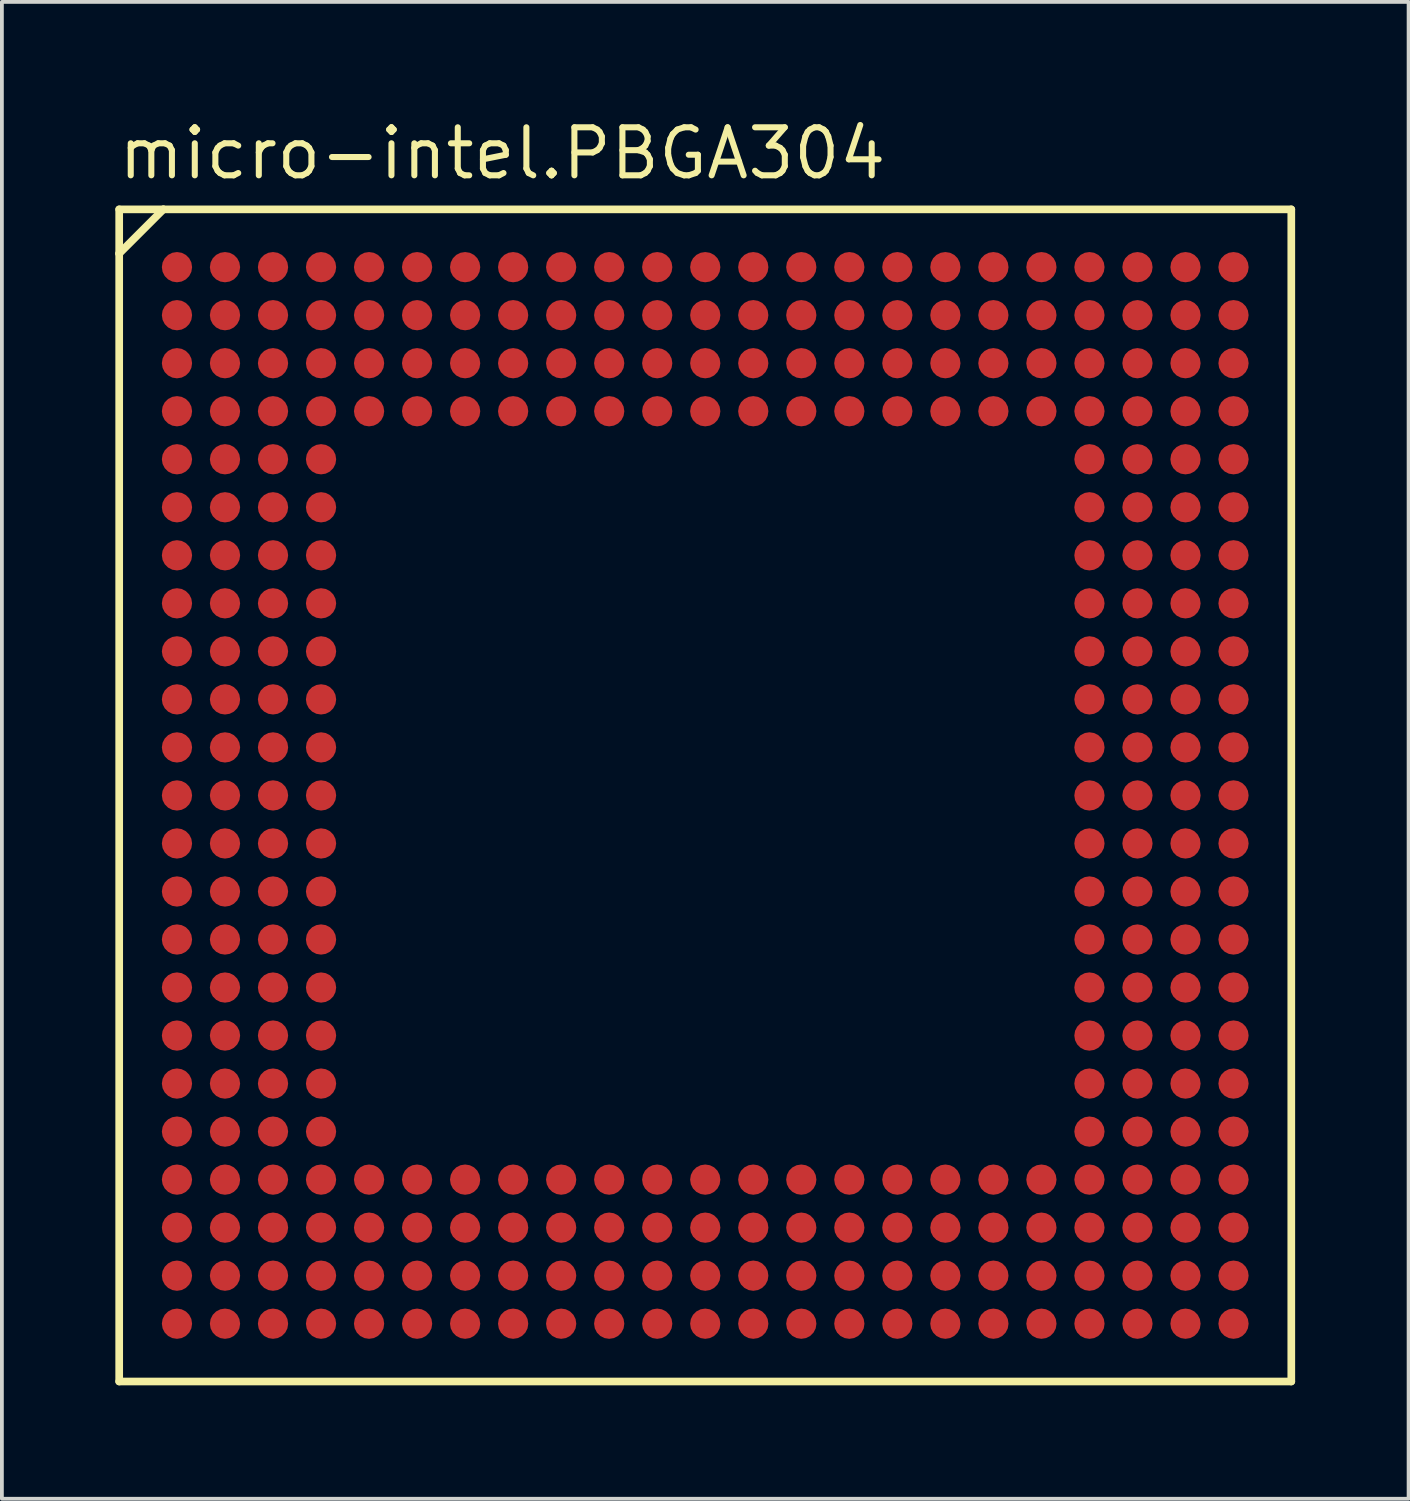
<source format=kicad_pcb>
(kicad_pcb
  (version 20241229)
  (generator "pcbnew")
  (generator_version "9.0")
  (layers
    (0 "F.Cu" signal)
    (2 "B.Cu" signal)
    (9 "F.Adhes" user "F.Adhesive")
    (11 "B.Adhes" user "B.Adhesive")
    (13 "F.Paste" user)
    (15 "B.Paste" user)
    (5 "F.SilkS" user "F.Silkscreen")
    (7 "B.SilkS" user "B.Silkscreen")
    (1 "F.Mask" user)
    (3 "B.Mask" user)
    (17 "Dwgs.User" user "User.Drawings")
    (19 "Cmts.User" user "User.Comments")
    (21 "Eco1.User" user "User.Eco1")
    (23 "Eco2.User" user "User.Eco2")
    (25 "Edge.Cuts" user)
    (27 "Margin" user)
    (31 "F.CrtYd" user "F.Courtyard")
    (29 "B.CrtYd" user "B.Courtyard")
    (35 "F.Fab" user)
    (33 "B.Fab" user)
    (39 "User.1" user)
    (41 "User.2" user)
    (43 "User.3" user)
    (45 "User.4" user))
  (footprint "micro-intel.PBGA304"
    (layer "F.Cu")
    (at 15.6 17.985)
    (property "Reference" "micro-intel.PBGA304" (at -15.6 -16.235 0) (layer "F.SilkS") (effects (font (size 1.27 1.27) (thickness 0.16)) (justify left bottom)))
    (attr smd)
    (fp_circle (center -13.97 -13.97) (end -13.57 -13.97) (stroke (width 0.1) (type default)) (fill no) (layer "F.Mask"))
    (fp_circle (center -13.97 -12.7) (end -13.57 -12.7) (stroke (width 0.1) (type default)) (fill no) (layer "F.Mask"))
    (fp_circle (center -13.97 -11.43) (end -13.57 -11.43) (stroke (width 0.1) (type default)) (fill no) (layer "F.Mask"))
    (fp_circle (center -13.97 -10.16) (end -13.57 -10.16) (stroke (width 0.1) (type default)) (fill no) (layer "F.Mask"))
    (fp_circle (center -13.97 -8.89) (end -13.57 -8.89) (stroke (width 0.1) (type default)) (fill no) (layer "F.Mask"))
    (fp_circle (center -13.97 -7.62) (end -13.57 -7.62) (stroke (width 0.1) (type default)) (fill no) (layer "F.Mask"))
    (fp_circle (center -13.97 -6.35) (end -13.57 -6.35) (stroke (width 0.1) (type default)) (fill no) (layer "F.Mask"))
    (fp_circle (center -13.97 -5.08) (end -13.57 -5.08) (stroke (width 0.1) (type default)) (fill no) (layer "F.Mask"))
    (fp_circle (center -13.97 -3.81) (end -13.57 -3.81) (stroke (width 0.1) (type default)) (fill no) (layer "F.Mask"))
    (fp_circle (center -13.97 -2.54) (end -13.57 -2.54) (stroke (width 0.1) (type default)) (fill no) (layer "F.Mask"))
    (fp_circle (center -13.97 -1.27) (end -13.57 -1.27) (stroke (width 0.1) (type default)) (fill no) (layer "F.Mask"))
    (fp_circle (center -13.97 0) (end -13.57 0) (stroke (width 0.1) (type default)) (fill no) (layer "F.Mask"))
    (fp_circle (center -13.97 1.27) (end -13.57 1.27) (stroke (width 0.1) (type default)) (fill no) (layer "F.Mask"))
    (fp_circle (center -13.97 2.54) (end -13.57 2.54) (stroke (width 0.1) (type default)) (fill no) (layer "F.Mask"))
    (fp_circle (center -13.97 3.81) (end -13.57 3.81) (stroke (width 0.1) (type default)) (fill no) (layer "F.Mask"))
    (fp_circle (center -13.97 5.08) (end -13.57 5.08) (stroke (width 0.1) (type default)) (fill no) (layer "F.Mask"))
    (fp_circle (center -13.97 6.35) (end -13.57 6.35) (stroke (width 0.1) (type default)) (fill no) (layer "F.Mask"))
    (fp_circle (center -13.97 7.62) (end -13.57 7.62) (stroke (width 0.1) (type default)) (fill no) (layer "F.Mask"))
    (fp_circle (center -13.97 8.89) (end -13.57 8.89) (stroke (width 0.1) (type default)) (fill no) (layer "F.Mask"))
    (fp_circle (center -13.97 10.16) (end -13.57 10.16) (stroke (width 0.1) (type default)) (fill no) (layer "F.Mask"))
    (fp_circle (center -13.97 11.43) (end -13.57 11.43) (stroke (width 0.1) (type default)) (fill no) (layer "F.Mask"))
    (fp_circle (center -13.97 12.7) (end -13.57 12.7) (stroke (width 0.1) (type default)) (fill no) (layer "F.Mask"))
    (fp_circle (center -13.97 13.97) (end -13.57 13.97) (stroke (width 0.1) (type default)) (fill no) (layer "F.Mask"))
    (fp_circle (center -12.7 -13.97) (end -12.3 -13.97) (stroke (width 0.1) (type default)) (fill no) (layer "F.Mask"))
    (fp_circle (center -12.7 -12.7) (end -12.3 -12.7) (stroke (width 0.1) (type default)) (fill no) (layer "F.Mask"))
    (fp_circle (center -12.7 -11.43) (end -12.3 -11.43) (stroke (width 0.1) (type default)) (fill no) (layer "F.Mask"))
    (fp_circle (center -12.7 -10.16) (end -12.3 -10.16) (stroke (width 0.1) (type default)) (fill no) (layer "F.Mask"))
    (fp_circle (center -12.7 -8.89) (end -12.3 -8.89) (stroke (width 0.1) (type default)) (fill no) (layer "F.Mask"))
    (fp_circle (center -12.7 -7.62) (end -12.3 -7.62) (stroke (width 0.1) (type default)) (fill no) (layer "F.Mask"))
    (fp_circle (center -12.7 -6.35) (end -12.3 -6.35) (stroke (width 0.1) (type default)) (fill no) (layer "F.Mask"))
    (fp_circle (center -12.7 -5.08) (end -12.3 -5.08) (stroke (width 0.1) (type default)) (fill no) (layer "F.Mask"))
    (fp_circle (center -12.7 -3.81) (end -12.3 -3.81) (stroke (width 0.1) (type default)) (fill no) (layer "F.Mask"))
    (fp_circle (center -12.7 -2.54) (end -12.3 -2.54) (stroke (width 0.1) (type default)) (fill no) (layer "F.Mask"))
    (fp_circle (center -12.7 -1.27) (end -12.3 -1.27) (stroke (width 0.1) (type default)) (fill no) (layer "F.Mask"))
    (fp_circle (center -12.7 0) (end -12.3 0) (stroke (width 0.1) (type default)) (fill no) (layer "F.Mask"))
    (fp_circle (center -12.7 1.27) (end -12.3 1.27) (stroke (width 0.1) (type default)) (fill no) (layer "F.Mask"))
    (fp_circle (center -12.7 2.54) (end -12.3 2.54) (stroke (width 0.1) (type default)) (fill no) (layer "F.Mask"))
    (fp_circle (center -12.7 3.81) (end -12.3 3.81) (stroke (width 0.1) (type default)) (fill no) (layer "F.Mask"))
    (fp_circle (center -12.7 5.08) (end -12.3 5.08) (stroke (width 0.1) (type default)) (fill no) (layer "F.Mask"))
    (fp_circle (center -12.7 6.35) (end -12.3 6.35) (stroke (width 0.1) (type default)) (fill no) (layer "F.Mask"))
    (fp_circle (center -12.7 7.62) (end -12.3 7.62) (stroke (width 0.1) (type default)) (fill no) (layer "F.Mask"))
    (fp_circle (center -12.7 8.89) (end -12.3 8.89) (stroke (width 0.1) (type default)) (fill no) (layer "F.Mask"))
    (fp_circle (center -12.7 10.16) (end -12.3 10.16) (stroke (width 0.1) (type default)) (fill no) (layer "F.Mask"))
    (fp_circle (center -12.7 11.43) (end -12.3 11.43) (stroke (width 0.1) (type default)) (fill no) (layer "F.Mask"))
    (fp_circle (center -12.7 12.7) (end -12.3 12.7) (stroke (width 0.1) (type default)) (fill no) (layer "F.Mask"))
    (fp_circle (center -12.7 13.97) (end -12.3 13.97) (stroke (width 0.1) (type default)) (fill no) (layer "F.Mask"))
    (fp_circle (center -11.43 -13.97) (end -11.03 -13.97) (stroke (width 0.1) (type default)) (fill no) (layer "F.Mask"))
    (fp_circle (center -11.43 -12.7) (end -11.03 -12.7) (stroke (width 0.1) (type default)) (fill no) (layer "F.Mask"))
    (fp_circle (center -11.43 -11.43) (end -11.03 -11.43) (stroke (width 0.1) (type default)) (fill no) (layer "F.Mask"))
    (fp_circle (center -11.43 -10.16) (end -11.03 -10.16) (stroke (width 0.1) (type default)) (fill no) (layer "F.Mask"))
    (fp_circle (center -11.43 -8.89) (end -11.03 -8.89) (stroke (width 0.1) (type default)) (fill no) (layer "F.Mask"))
    (fp_circle (center -11.43 -7.62) (end -11.03 -7.62) (stroke (width 0.1) (type default)) (fill no) (layer "F.Mask"))
    (fp_circle (center -11.43 -6.35) (end -11.03 -6.35) (stroke (width 0.1) (type default)) (fill no) (layer "F.Mask"))
    (fp_circle (center -11.43 -5.08) (end -11.03 -5.08) (stroke (width 0.1) (type default)) (fill no) (layer "F.Mask"))
    (fp_circle (center -11.43 -3.81) (end -11.03 -3.81) (stroke (width 0.1) (type default)) (fill no) (layer "F.Mask"))
    (fp_circle (center -11.43 -2.54) (end -11.03 -2.54) (stroke (width 0.1) (type default)) (fill no) (layer "F.Mask"))
    (fp_circle (center -11.43 -1.27) (end -11.03 -1.27) (stroke (width 0.1) (type default)) (fill no) (layer "F.Mask"))
    (fp_circle (center -11.43 0) (end -11.03 0) (stroke (width 0.1) (type default)) (fill no) (layer "F.Mask"))
    (fp_circle (center -11.43 1.27) (end -11.03 1.27) (stroke (width 0.1) (type default)) (fill no) (layer "F.Mask"))
    (fp_circle (center -11.43 2.54) (end -11.03 2.54) (stroke (width 0.1) (type default)) (fill no) (layer "F.Mask"))
    (fp_circle (center -11.43 3.81) (end -11.03 3.81) (stroke (width 0.1) (type default)) (fill no) (layer "F.Mask"))
    (fp_circle (center -11.43 5.08) (end -11.03 5.08) (stroke (width 0.1) (type default)) (fill no) (layer "F.Mask"))
    (fp_circle (center -11.43 6.35) (end -11.03 6.35) (stroke (width 0.1) (type default)) (fill no) (layer "F.Mask"))
    (fp_circle (center -11.43 7.62) (end -11.03 7.62) (stroke (width 0.1) (type default)) (fill no) (layer "F.Mask"))
    (fp_circle (center -11.43 8.89) (end -11.03 8.89) (stroke (width 0.1) (type default)) (fill no) (layer "F.Mask"))
    (fp_circle (center -11.43 10.16) (end -11.03 10.16) (stroke (width 0.1) (type default)) (fill no) (layer "F.Mask"))
    (fp_circle (center -11.43 11.43) (end -11.03 11.43) (stroke (width 0.1) (type default)) (fill no) (layer "F.Mask"))
    (fp_circle (center -11.43 12.7) (end -11.03 12.7) (stroke (width 0.1) (type default)) (fill no) (layer "F.Mask"))
    (fp_circle (center -11.43 13.97) (end -11.03 13.97) (stroke (width 0.1) (type default)) (fill no) (layer "F.Mask"))
    (fp_circle (center -10.16 -13.97) (end -9.76 -13.97) (stroke (width 0.1) (type default)) (fill no) (layer "F.Mask"))
    (fp_circle (center -10.16 -12.7) (end -9.76 -12.7) (stroke (width 0.1) (type default)) (fill no) (layer "F.Mask"))
    (fp_circle (center -10.16 -11.43) (end -9.76 -11.43) (stroke (width 0.1) (type default)) (fill no) (layer "F.Mask"))
    (fp_circle (center -10.16 -10.16) (end -9.76 -10.16) (stroke (width 0.1) (type default)) (fill no) (layer "F.Mask"))
    (fp_circle (center -10.16 -8.89) (end -9.76 -8.89) (stroke (width 0.1) (type default)) (fill no) (layer "F.Mask"))
    (fp_circle (center -10.16 -7.62) (end -9.76 -7.62) (stroke (width 0.1) (type default)) (fill no) (layer "F.Mask"))
    (fp_circle (center -10.16 -6.35) (end -9.76 -6.35) (stroke (width 0.1) (type default)) (fill no) (layer "F.Mask"))
    (fp_circle (center -10.16 -5.08) (end -9.76 -5.08) (stroke (width 0.1) (type default)) (fill no) (layer "F.Mask"))
    (fp_circle (center -10.16 -3.81) (end -9.76 -3.81) (stroke (width 0.1) (type default)) (fill no) (layer "F.Mask"))
    (fp_circle (center -10.16 -2.54) (end -9.76 -2.54) (stroke (width 0.1) (type default)) (fill no) (layer "F.Mask"))
    (fp_circle (center -10.16 -1.27) (end -9.76 -1.27) (stroke (width 0.1) (type default)) (fill no) (layer "F.Mask"))
    (fp_circle (center -10.16 0) (end -9.76 0) (stroke (width 0.1) (type default)) (fill no) (layer "F.Mask"))
    (fp_circle (center -10.16 1.27) (end -9.76 1.27) (stroke (width 0.1) (type default)) (fill no) (layer "F.Mask"))
    (fp_circle (center -10.16 2.54) (end -9.76 2.54) (stroke (width 0.1) (type default)) (fill no) (layer "F.Mask"))
    (fp_circle (center -10.16 3.81) (end -9.76 3.81) (stroke (width 0.1) (type default)) (fill no) (layer "F.Mask"))
    (fp_circle (center -10.16 5.08) (end -9.76 5.08) (stroke (width 0.1) (type default)) (fill no) (layer "F.Mask"))
    (fp_circle (center -10.16 6.35) (end -9.76 6.35) (stroke (width 0.1) (type default)) (fill no) (layer "F.Mask"))
    (fp_circle (center -10.16 7.62) (end -9.76 7.62) (stroke (width 0.1) (type default)) (fill no) (layer "F.Mask"))
    (fp_circle (center -10.16 8.89) (end -9.76 8.89) (stroke (width 0.1) (type default)) (fill no) (layer "F.Mask"))
    (fp_circle (center -10.16 10.16) (end -9.76 10.16) (stroke (width 0.1) (type default)) (fill no) (layer "F.Mask"))
    (fp_circle (center -10.16 11.43) (end -9.76 11.43) (stroke (width 0.1) (type default)) (fill no) (layer "F.Mask"))
    (fp_circle (center -10.16 12.7) (end -9.76 12.7) (stroke (width 0.1) (type default)) (fill no) (layer "F.Mask"))
    (fp_circle (center -10.16 13.97) (end -9.76 13.97) (stroke (width 0.1) (type default)) (fill no) (layer "F.Mask"))
    (fp_circle (center -8.89 -13.97) (end -8.49 -13.97) (stroke (width 0.1) (type default)) (fill no) (layer "F.Mask"))
    (fp_circle (center -8.89 -12.7) (end -8.49 -12.7) (stroke (width 0.1) (type default)) (fill no) (layer "F.Mask"))
    (fp_circle (center -8.89 -11.43) (end -8.49 -11.43) (stroke (width 0.1) (type default)) (fill no) (layer "F.Mask"))
    (fp_circle (center -8.89 -10.16) (end -8.49 -10.16) (stroke (width 0.1) (type default)) (fill no) (layer "F.Mask"))
    (fp_circle (center -8.89 10.16) (end -8.49 10.16) (stroke (width 0.1) (type default)) (fill no) (layer "F.Mask"))
    (fp_circle (center -8.89 11.43) (end -8.49 11.43) (stroke (width 0.1) (type default)) (fill no) (layer "F.Mask"))
    (fp_circle (center -8.89 12.7) (end -8.49 12.7) (stroke (width 0.1) (type default)) (fill no) (layer "F.Mask"))
    (fp_circle (center -8.89 13.97) (end -8.49 13.97) (stroke (width 0.1) (type default)) (fill no) (layer "F.Mask"))
    (fp_circle (center -7.62 -13.97) (end -7.22 -13.97) (stroke (width 0.1) (type default)) (fill no) (layer "F.Mask"))
    (fp_circle (center -7.62 -12.7) (end -7.22 -12.7) (stroke (width 0.1) (type default)) (fill no) (layer "F.Mask"))
    (fp_circle (center -7.62 -11.43) (end -7.22 -11.43) (stroke (width 0.1) (type default)) (fill no) (layer "F.Mask"))
    (fp_circle (center -7.62 -10.16) (end -7.22 -10.16) (stroke (width 0.1) (type default)) (fill no) (layer "F.Mask"))
    (fp_circle (center -7.62 10.16) (end -7.22 10.16) (stroke (width 0.1) (type default)) (fill no) (layer "F.Mask"))
    (fp_circle (center -7.62 11.43) (end -7.22 11.43) (stroke (width 0.1) (type default)) (fill no) (layer "F.Mask"))
    (fp_circle (center -7.62 12.7) (end -7.22 12.7) (stroke (width 0.1) (type default)) (fill no) (layer "F.Mask"))
    (fp_circle (center -7.62 13.97) (end -7.22 13.97) (stroke (width 0.1) (type default)) (fill no) (layer "F.Mask"))
    (fp_circle (center -6.35 -13.97) (end -5.95 -13.97) (stroke (width 0.1) (type default)) (fill no) (layer "F.Mask"))
    (fp_circle (center -6.35 -12.7) (end -5.95 -12.7) (stroke (width 0.1) (type default)) (fill no) (layer "F.Mask"))
    (fp_circle (center -6.35 -11.43) (end -5.95 -11.43) (stroke (width 0.1) (type default)) (fill no) (layer "F.Mask"))
    (fp_circle (center -6.35 -10.16) (end -5.95 -10.16) (stroke (width 0.1) (type default)) (fill no) (layer "F.Mask"))
    (fp_circle (center -6.35 10.16) (end -5.95 10.16) (stroke (width 0.1) (type default)) (fill no) (layer "F.Mask"))
    (fp_circle (center -6.35 11.43) (end -5.95 11.43) (stroke (width 0.1) (type default)) (fill no) (layer "F.Mask"))
    (fp_circle (center -6.35 12.7) (end -5.95 12.7) (stroke (width 0.1) (type default)) (fill no) (layer "F.Mask"))
    (fp_circle (center -6.35 13.97) (end -5.95 13.97) (stroke (width 0.1) (type default)) (fill no) (layer "F.Mask"))
    (fp_circle (center -5.08 -13.97) (end -4.68 -13.97) (stroke (width 0.1) (type default)) (fill no) (layer "F.Mask"))
    (fp_circle (center -5.08 -12.7) (end -4.68 -12.7) (stroke (width 0.1) (type default)) (fill no) (layer "F.Mask"))
    (fp_circle (center -5.08 -11.43) (end -4.68 -11.43) (stroke (width 0.1) (type default)) (fill no) (layer "F.Mask"))
    (fp_circle (center -5.08 -10.16) (end -4.68 -10.16) (stroke (width 0.1) (type default)) (fill no) (layer "F.Mask"))
    (fp_circle (center -5.08 10.16) (end -4.68 10.16) (stroke (width 0.1) (type default)) (fill no) (layer "F.Mask"))
    (fp_circle (center -5.08 11.43) (end -4.68 11.43) (stroke (width 0.1) (type default)) (fill no) (layer "F.Mask"))
    (fp_circle (center -5.08 12.7) (end -4.68 12.7) (stroke (width 0.1) (type default)) (fill no) (layer "F.Mask"))
    (fp_circle (center -5.08 13.97) (end -4.68 13.97) (stroke (width 0.1) (type default)) (fill no) (layer "F.Mask"))
    (fp_circle (center -3.81 -13.97) (end -3.41 -13.97) (stroke (width 0.1) (type default)) (fill no) (layer "F.Mask"))
    (fp_circle (center -3.81 -12.7) (end -3.41 -12.7) (stroke (width 0.1) (type default)) (fill no) (layer "F.Mask"))
    (fp_circle (center -3.81 -11.43) (end -3.41 -11.43) (stroke (width 0.1) (type default)) (fill no) (layer "F.Mask"))
    (fp_circle (center -3.81 -10.16) (end -3.41 -10.16) (stroke (width 0.1) (type default)) (fill no) (layer "F.Mask"))
    (fp_circle (center -3.81 10.16) (end -3.41 10.16) (stroke (width 0.1) (type default)) (fill no) (layer "F.Mask"))
    (fp_circle (center -3.81 11.43) (end -3.41 11.43) (stroke (width 0.1) (type default)) (fill no) (layer "F.Mask"))
    (fp_circle (center -3.81 12.7) (end -3.41 12.7) (stroke (width 0.1) (type default)) (fill no) (layer "F.Mask"))
    (fp_circle (center -3.81 13.97) (end -3.41 13.97) (stroke (width 0.1) (type default)) (fill no) (layer "F.Mask"))
    (fp_circle (center -2.54 -13.97) (end -2.14 -13.97) (stroke (width 0.1) (type default)) (fill no) (layer "F.Mask"))
    (fp_circle (center -2.54 -12.7) (end -2.14 -12.7) (stroke (width 0.1) (type default)) (fill no) (layer "F.Mask"))
    (fp_circle (center -2.54 -11.43) (end -2.14 -11.43) (stroke (width 0.1) (type default)) (fill no) (layer "F.Mask"))
    (fp_circle (center -2.54 -10.16) (end -2.14 -10.16) (stroke (width 0.1) (type default)) (fill no) (layer "F.Mask"))
    (fp_circle (center -2.54 10.16) (end -2.14 10.16) (stroke (width 0.1) (type default)) (fill no) (layer "F.Mask"))
    (fp_circle (center -2.54 11.43) (end -2.14 11.43) (stroke (width 0.1) (type default)) (fill no) (layer "F.Mask"))
    (fp_circle (center -2.54 12.7) (end -2.14 12.7) (stroke (width 0.1) (type default)) (fill no) (layer "F.Mask"))
    (fp_circle (center -2.54 13.97) (end -2.14 13.97) (stroke (width 0.1) (type default)) (fill no) (layer "F.Mask"))
    (fp_circle (center -1.27 -13.97) (end -0.87 -13.97) (stroke (width 0.1) (type default)) (fill no) (layer "F.Mask"))
    (fp_circle (center -1.27 -12.7) (end -0.87 -12.7) (stroke (width 0.1) (type default)) (fill no) (layer "F.Mask"))
    (fp_circle (center -1.27 -11.43) (end -0.87 -11.43) (stroke (width 0.1) (type default)) (fill no) (layer "F.Mask"))
    (fp_circle (center -1.27 -10.16) (end -0.87 -10.16) (stroke (width 0.1) (type default)) (fill no) (layer "F.Mask"))
    (fp_circle (center -1.27 10.16) (end -0.87 10.16) (stroke (width 0.1) (type default)) (fill no) (layer "F.Mask"))
    (fp_circle (center -1.27 11.43) (end -0.87 11.43) (stroke (width 0.1) (type default)) (fill no) (layer "F.Mask"))
    (fp_circle (center -1.27 12.7) (end -0.87 12.7) (stroke (width 0.1) (type default)) (fill no) (layer "F.Mask"))
    (fp_circle (center -1.27 13.97) (end -0.87 13.97) (stroke (width 0.1) (type default)) (fill no) (layer "F.Mask"))
    (fp_circle (center 0 -13.97) (end 0.4 -13.97) (stroke (width 0.1) (type default)) (fill no) (layer "F.Mask"))
    (fp_circle (center 0 -12.7) (end 0.4 -12.7) (stroke (width 0.1) (type default)) (fill no) (layer "F.Mask"))
    (fp_circle (center 0 -11.43) (end 0.4 -11.43) (stroke (width 0.1) (type default)) (fill no) (layer "F.Mask"))
    (fp_circle (center 0 -10.16) (end 0.4 -10.16) (stroke (width 0.1) (type default)) (fill no) (layer "F.Mask"))
    (fp_circle (center 0 10.16) (end 0.4 10.16) (stroke (width 0.1) (type default)) (fill no) (layer "F.Mask"))
    (fp_circle (center 0 11.43) (end 0.4 11.43) (stroke (width 0.1) (type default)) (fill no) (layer "F.Mask"))
    (fp_circle (center 0 12.7) (end 0.4 12.7) (stroke (width 0.1) (type default)) (fill no) (layer "F.Mask"))
    (fp_circle (center 0 13.97) (end 0.4 13.97) (stroke (width 0.1) (type default)) (fill no) (layer "F.Mask"))
    (fp_circle (center 1.27 -13.97) (end 1.67 -13.97) (stroke (width 0.1) (type default)) (fill no) (layer "F.Mask"))
    (fp_circle (center 1.27 -12.7) (end 1.67 -12.7) (stroke (width 0.1) (type default)) (fill no) (layer "F.Mask"))
    (fp_circle (center 1.27 -11.43) (end 1.67 -11.43) (stroke (width 0.1) (type default)) (fill no) (layer "F.Mask"))
    (fp_circle (center 1.27 -10.16) (end 1.67 -10.16) (stroke (width 0.1) (type default)) (fill no) (layer "F.Mask"))
    (fp_circle (center 1.27 10.16) (end 1.67 10.16) (stroke (width 0.1) (type default)) (fill no) (layer "F.Mask"))
    (fp_circle (center 1.27 11.43) (end 1.67 11.43) (stroke (width 0.1) (type default)) (fill no) (layer "F.Mask"))
    (fp_circle (center 1.27 12.7) (end 1.67 12.7) (stroke (width 0.1) (type default)) (fill no) (layer "F.Mask"))
    (fp_circle (center 1.27 13.97) (end 1.67 13.97) (stroke (width 0.1) (type default)) (fill no) (layer "F.Mask"))
    (fp_circle (center 2.54 -13.97) (end 2.94 -13.97) (stroke (width 0.1) (type default)) (fill no) (layer "F.Mask"))
    (fp_circle (center 2.54 -12.7) (end 2.94 -12.7) (stroke (width 0.1) (type default)) (fill no) (layer "F.Mask"))
    (fp_circle (center 2.54 -11.43) (end 2.94 -11.43) (stroke (width 0.1) (type default)) (fill no) (layer "F.Mask"))
    (fp_circle (center 2.54 -10.16) (end 2.94 -10.16) (stroke (width 0.1) (type default)) (fill no) (layer "F.Mask"))
    (fp_circle (center 2.54 10.16) (end 2.94 10.16) (stroke (width 0.1) (type default)) (fill no) (layer "F.Mask"))
    (fp_circle (center 2.54 11.43) (end 2.94 11.43) (stroke (width 0.1) (type default)) (fill no) (layer "F.Mask"))
    (fp_circle (center 2.54 12.7) (end 2.94 12.7) (stroke (width 0.1) (type default)) (fill no) (layer "F.Mask"))
    (fp_circle (center 2.54 13.97) (end 2.94 13.97) (stroke (width 0.1) (type default)) (fill no) (layer "F.Mask"))
    (fp_circle (center 3.81 -13.97) (end 4.21 -13.97) (stroke (width 0.1) (type default)) (fill no) (layer "F.Mask"))
    (fp_circle (center 3.81 -12.7) (end 4.21 -12.7) (stroke (width 0.1) (type default)) (fill no) (layer "F.Mask"))
    (fp_circle (center 3.81 -11.43) (end 4.21 -11.43) (stroke (width 0.1) (type default)) (fill no) (layer "F.Mask"))
    (fp_circle (center 3.81 -10.16) (end 4.21 -10.16) (stroke (width 0.1) (type default)) (fill no) (layer "F.Mask"))
    (fp_circle (center 3.81 10.16) (end 4.21 10.16) (stroke (width 0.1) (type default)) (fill no) (layer "F.Mask"))
    (fp_circle (center 3.81 11.43) (end 4.21 11.43) (stroke (width 0.1) (type default)) (fill no) (layer "F.Mask"))
    (fp_circle (center 3.81 12.7) (end 4.21 12.7) (stroke (width 0.1) (type default)) (fill no) (layer "F.Mask"))
    (fp_circle (center 3.81 13.97) (end 4.21 13.97) (stroke (width 0.1) (type default)) (fill no) (layer "F.Mask"))
    (fp_circle (center 5.08 -13.97) (end 5.48 -13.97) (stroke (width 0.1) (type default)) (fill no) (layer "F.Mask"))
    (fp_circle (center 5.08 -12.7) (end 5.48 -12.7) (stroke (width 0.1) (type default)) (fill no) (layer "F.Mask"))
    (fp_circle (center 5.08 -11.43) (end 5.48 -11.43) (stroke (width 0.1) (type default)) (fill no) (layer "F.Mask"))
    (fp_circle (center 5.08 -10.16) (end 5.48 -10.16) (stroke (width 0.1) (type default)) (fill no) (layer "F.Mask"))
    (fp_circle (center 5.08 10.16) (end 5.48 10.16) (stroke (width 0.1) (type default)) (fill no) (layer "F.Mask"))
    (fp_circle (center 5.08 11.43) (end 5.48 11.43) (stroke (width 0.1) (type default)) (fill no) (layer "F.Mask"))
    (fp_circle (center 5.08 12.7) (end 5.48 12.7) (stroke (width 0.1) (type default)) (fill no) (layer "F.Mask"))
    (fp_circle (center 5.08 13.97) (end 5.48 13.97) (stroke (width 0.1) (type default)) (fill no) (layer "F.Mask"))
    (fp_circle (center 6.35 -13.97) (end 6.75 -13.97) (stroke (width 0.1) (type default)) (fill no) (layer "F.Mask"))
    (fp_circle (center 6.35 -12.7) (end 6.75 -12.7) (stroke (width 0.1) (type default)) (fill no) (layer "F.Mask"))
    (fp_circle (center 6.35 -11.43) (end 6.75 -11.43) (stroke (width 0.1) (type default)) (fill no) (layer "F.Mask"))
    (fp_circle (center 6.35 -10.16) (end 6.75 -10.16) (stroke (width 0.1) (type default)) (fill no) (layer "F.Mask"))
    (fp_circle (center 6.35 10.16) (end 6.75 10.16) (stroke (width 0.1) (type default)) (fill no) (layer "F.Mask"))
    (fp_circle (center 6.35 11.43) (end 6.75 11.43) (stroke (width 0.1) (type default)) (fill no) (layer "F.Mask"))
    (fp_circle (center 6.35 12.7) (end 6.75 12.7) (stroke (width 0.1) (type default)) (fill no) (layer "F.Mask"))
    (fp_circle (center 6.35 13.97) (end 6.75 13.97) (stroke (width 0.1) (type default)) (fill no) (layer "F.Mask"))
    (fp_circle (center 7.62 -13.97) (end 8.02 -13.97) (stroke (width 0.1) (type default)) (fill no) (layer "F.Mask"))
    (fp_circle (center 7.62 -12.7) (end 8.02 -12.7) (stroke (width 0.1) (type default)) (fill no) (layer "F.Mask"))
    (fp_circle (center 7.62 -11.43) (end 8.02 -11.43) (stroke (width 0.1) (type default)) (fill no) (layer "F.Mask"))
    (fp_circle (center 7.62 -10.16) (end 8.02 -10.16) (stroke (width 0.1) (type default)) (fill no) (layer "F.Mask"))
    (fp_circle (center 7.62 10.16) (end 8.02 10.16) (stroke (width 0.1) (type default)) (fill no) (layer "F.Mask"))
    (fp_circle (center 7.62 11.43) (end 8.02 11.43) (stroke (width 0.1) (type default)) (fill no) (layer "F.Mask"))
    (fp_circle (center 7.62 12.7) (end 8.02 12.7) (stroke (width 0.1) (type default)) (fill no) (layer "F.Mask"))
    (fp_circle (center 7.62 13.97) (end 8.02 13.97) (stroke (width 0.1) (type default)) (fill no) (layer "F.Mask"))
    (fp_circle (center 8.89 -13.97) (end 9.29 -13.97) (stroke (width 0.1) (type default)) (fill no) (layer "F.Mask"))
    (fp_circle (center 8.89 -12.7) (end 9.29 -12.7) (stroke (width 0.1) (type default)) (fill no) (layer "F.Mask"))
    (fp_circle (center 8.89 -11.43) (end 9.29 -11.43) (stroke (width 0.1) (type default)) (fill no) (layer "F.Mask"))
    (fp_circle (center 8.89 -10.16) (end 9.29 -10.16) (stroke (width 0.1) (type default)) (fill no) (layer "F.Mask"))
    (fp_circle (center 8.89 10.16) (end 9.29 10.16) (stroke (width 0.1) (type default)) (fill no) (layer "F.Mask"))
    (fp_circle (center 8.89 11.43) (end 9.29 11.43) (stroke (width 0.1) (type default)) (fill no) (layer "F.Mask"))
    (fp_circle (center 8.89 12.7) (end 9.29 12.7) (stroke (width 0.1) (type default)) (fill no) (layer "F.Mask"))
    (fp_circle (center 8.89 13.97) (end 9.29 13.97) (stroke (width 0.1) (type default)) (fill no) (layer "F.Mask"))
    (fp_circle (center 10.16 -13.97) (end 10.56 -13.97) (stroke (width 0.1) (type default)) (fill no) (layer "F.Mask"))
    (fp_circle (center 10.16 -12.7) (end 10.56 -12.7) (stroke (width 0.1) (type default)) (fill no) (layer "F.Mask"))
    (fp_circle (center 10.16 -11.43) (end 10.56 -11.43) (stroke (width 0.1) (type default)) (fill no) (layer "F.Mask"))
    (fp_circle (center 10.16 -10.16) (end 10.56 -10.16) (stroke (width 0.1) (type default)) (fill no) (layer "F.Mask"))
    (fp_circle (center 10.16 -8.89) (end 10.56 -8.89) (stroke (width 0.1) (type default)) (fill no) (layer "F.Mask"))
    (fp_circle (center 10.16 -7.62) (end 10.56 -7.62) (stroke (width 0.1) (type default)) (fill no) (layer "F.Mask"))
    (fp_circle (center 10.16 -6.35) (end 10.56 -6.35) (stroke (width 0.1) (type default)) (fill no) (layer "F.Mask"))
    (fp_circle (center 10.16 -5.08) (end 10.56 -5.08) (stroke (width 0.1) (type default)) (fill no) (layer "F.Mask"))
    (fp_circle (center 10.16 -3.81) (end 10.56 -3.81) (stroke (width 0.1) (type default)) (fill no) (layer "F.Mask"))
    (fp_circle (center 10.16 -2.54) (end 10.56 -2.54) (stroke (width 0.1) (type default)) (fill no) (layer "F.Mask"))
    (fp_circle (center 10.16 -1.27) (end 10.56 -1.27) (stroke (width 0.1) (type default)) (fill no) (layer "F.Mask"))
    (fp_circle (center 10.16 0) (end 10.56 0) (stroke (width 0.1) (type default)) (fill no) (layer "F.Mask"))
    (fp_circle (center 10.16 1.27) (end 10.56 1.27) (stroke (width 0.1) (type default)) (fill no) (layer "F.Mask"))
    (fp_circle (center 10.16 2.54) (end 10.56 2.54) (stroke (width 0.1) (type default)) (fill no) (layer "F.Mask"))
    (fp_circle (center 10.16 3.81) (end 10.56 3.81) (stroke (width 0.1) (type default)) (fill no) (layer "F.Mask"))
    (fp_circle (center 10.16 5.08) (end 10.56 5.08) (stroke (width 0.1) (type default)) (fill no) (layer "F.Mask"))
    (fp_circle (center 10.16 6.35) (end 10.56 6.35) (stroke (width 0.1) (type default)) (fill no) (layer "F.Mask"))
    (fp_circle (center 10.16 7.62) (end 10.56 7.62) (stroke (width 0.1) (type default)) (fill no) (layer "F.Mask"))
    (fp_circle (center 10.16 8.89) (end 10.56 8.89) (stroke (width 0.1) (type default)) (fill no) (layer "F.Mask"))
    (fp_circle (center 10.16 10.16) (end 10.56 10.16) (stroke (width 0.1) (type default)) (fill no) (layer "F.Mask"))
    (fp_circle (center 10.16 11.43) (end 10.56 11.43) (stroke (width 0.1) (type default)) (fill no) (layer "F.Mask"))
    (fp_circle (center 10.16 12.7) (end 10.56 12.7) (stroke (width 0.1) (type default)) (fill no) (layer "F.Mask"))
    (fp_circle (center 10.16 13.97) (end 10.56 13.97) (stroke (width 0.1) (type default)) (fill no) (layer "F.Mask"))
    (fp_circle (center 11.43 -13.97) (end 11.83 -13.97) (stroke (width 0.1) (type default)) (fill no) (layer "F.Mask"))
    (fp_circle (center 11.43 -12.7) (end 11.83 -12.7) (stroke (width 0.1) (type default)) (fill no) (layer "F.Mask"))
    (fp_circle (center 11.43 -11.43) (end 11.83 -11.43) (stroke (width 0.1) (type default)) (fill no) (layer "F.Mask"))
    (fp_circle (center 11.43 -10.16) (end 11.83 -10.16) (stroke (width 0.1) (type default)) (fill no) (layer "F.Mask"))
    (fp_circle (center 11.43 -8.89) (end 11.83 -8.89) (stroke (width 0.1) (type default)) (fill no) (layer "F.Mask"))
    (fp_circle (center 11.43 -7.62) (end 11.83 -7.62) (stroke (width 0.1) (type default)) (fill no) (layer "F.Mask"))
    (fp_circle (center 11.43 -6.35) (end 11.83 -6.35) (stroke (width 0.1) (type default)) (fill no) (layer "F.Mask"))
    (fp_circle (center 11.43 -5.08) (end 11.83 -5.08) (stroke (width 0.1) (type default)) (fill no) (layer "F.Mask"))
    (fp_circle (center 11.43 -3.81) (end 11.83 -3.81) (stroke (width 0.1) (type default)) (fill no) (layer "F.Mask"))
    (fp_circle (center 11.43 -2.54) (end 11.83 -2.54) (stroke (width 0.1) (type default)) (fill no) (layer "F.Mask"))
    (fp_circle (center 11.43 -1.27) (end 11.83 -1.27) (stroke (width 0.1) (type default)) (fill no) (layer "F.Mask"))
    (fp_circle (center 11.43 0) (end 11.83 0) (stroke (width 0.1) (type default)) (fill no) (layer "F.Mask"))
    (fp_circle (center 11.43 1.27) (end 11.83 1.27) (stroke (width 0.1) (type default)) (fill no) (layer "F.Mask"))
    (fp_circle (center 11.43 2.54) (end 11.83 2.54) (stroke (width 0.1) (type default)) (fill no) (layer "F.Mask"))
    (fp_circle (center 11.43 3.81) (end 11.83 3.81) (stroke (width 0.1) (type default)) (fill no) (layer "F.Mask"))
    (fp_circle (center 11.43 5.08) (end 11.83 5.08) (stroke (width 0.1) (type default)) (fill no) (layer "F.Mask"))
    (fp_circle (center 11.43 6.35) (end 11.83 6.35) (stroke (width 0.1) (type default)) (fill no) (layer "F.Mask"))
    (fp_circle (center 11.43 7.62) (end 11.83 7.62) (stroke (width 0.1) (type default)) (fill no) (layer "F.Mask"))
    (fp_circle (center 11.43 8.89) (end 11.83 8.89) (stroke (width 0.1) (type default)) (fill no) (layer "F.Mask"))
    (fp_circle (center 11.43 10.16) (end 11.83 10.16) (stroke (width 0.1) (type default)) (fill no) (layer "F.Mask"))
    (fp_circle (center 11.43 11.43) (end 11.83 11.43) (stroke (width 0.1) (type default)) (fill no) (layer "F.Mask"))
    (fp_circle (center 11.43 12.7) (end 11.83 12.7) (stroke (width 0.1) (type default)) (fill no) (layer "F.Mask"))
    (fp_circle (center 11.43 13.97) (end 11.83 13.97) (stroke (width 0.1) (type default)) (fill no) (layer "F.Mask"))
    (fp_circle (center 12.7 -13.97) (end 13.1 -13.97) (stroke (width 0.1) (type default)) (fill no) (layer "F.Mask"))
    (fp_circle (center 12.7 -12.7) (end 13.1 -12.7) (stroke (width 0.1) (type default)) (fill no) (layer "F.Mask"))
    (fp_circle (center 12.7 -11.43) (end 13.1 -11.43) (stroke (width 0.1) (type default)) (fill no) (layer "F.Mask"))
    (fp_circle (center 12.7 -10.16) (end 13.1 -10.16) (stroke (width 0.1) (type default)) (fill no) (layer "F.Mask"))
    (fp_circle (center 12.7 -8.89) (end 13.1 -8.89) (stroke (width 0.1) (type default)) (fill no) (layer "F.Mask"))
    (fp_circle (center 12.7 -7.62) (end 13.1 -7.62) (stroke (width 0.1) (type default)) (fill no) (layer "F.Mask"))
    (fp_circle (center 12.7 -6.35) (end 13.1 -6.35) (stroke (width 0.1) (type default)) (fill no) (layer "F.Mask"))
    (fp_circle (center 12.7 -5.08) (end 13.1 -5.08) (stroke (width 0.1) (type default)) (fill no) (layer "F.Mask"))
    (fp_circle (center 12.7 -3.81) (end 13.1 -3.81) (stroke (width 0.1) (type default)) (fill no) (layer "F.Mask"))
    (fp_circle (center 12.7 -2.54) (end 13.1 -2.54) (stroke (width 0.1) (type default)) (fill no) (layer "F.Mask"))
    (fp_circle (center 12.7 -1.27) (end 13.1 -1.27) (stroke (width 0.1) (type default)) (fill no) (layer "F.Mask"))
    (fp_circle (center 12.7 0) (end 13.1 0) (stroke (width 0.1) (type default)) (fill no) (layer "F.Mask"))
    (fp_circle (center 12.7 1.27) (end 13.1 1.27) (stroke (width 0.1) (type default)) (fill no) (layer "F.Mask"))
    (fp_circle (center 12.7 2.54) (end 13.1 2.54) (stroke (width 0.1) (type default)) (fill no) (layer "F.Mask"))
    (fp_circle (center 12.7 3.81) (end 13.1 3.81) (stroke (width 0.1) (type default)) (fill no) (layer "F.Mask"))
    (fp_circle (center 12.7 5.08) (end 13.1 5.08) (stroke (width 0.1) (type default)) (fill no) (layer "F.Mask"))
    (fp_circle (center 12.7 6.35) (end 13.1 6.35) (stroke (width 0.1) (type default)) (fill no) (layer "F.Mask"))
    (fp_circle (center 12.7 7.62) (end 13.1 7.62) (stroke (width 0.1) (type default)) (fill no) (layer "F.Mask"))
    (fp_circle (center 12.7 8.89) (end 13.1 8.89) (stroke (width 0.1) (type default)) (fill no) (layer "F.Mask"))
    (fp_circle (center 12.7 10.16) (end 13.1 10.16) (stroke (width 0.1) (type default)) (fill no) (layer "F.Mask"))
    (fp_circle (center 12.7 11.43) (end 13.1 11.43) (stroke (width 0.1) (type default)) (fill no) (layer "F.Mask"))
    (fp_circle (center 12.7 12.7) (end 13.1 12.7) (stroke (width 0.1) (type default)) (fill no) (layer "F.Mask"))
    (fp_circle (center 12.7 13.97) (end 13.1 13.97) (stroke (width 0.1) (type default)) (fill no) (layer "F.Mask"))
    (fp_circle (center 13.97 -13.97) (end 14.37 -13.97) (stroke (width 0.1) (type default)) (fill no) (layer "F.Mask"))
    (fp_circle (center 13.97 -12.7) (end 14.37 -12.7) (stroke (width 0.1) (type default)) (fill no) (layer "F.Mask"))
    (fp_circle (center 13.97 -11.43) (end 14.37 -11.43) (stroke (width 0.1) (type default)) (fill no) (layer "F.Mask"))
    (fp_circle (center 13.97 -10.16) (end 14.37 -10.16) (stroke (width 0.1) (type default)) (fill no) (layer "F.Mask"))
    (fp_circle (center 13.97 -8.89) (end 14.37 -8.89) (stroke (width 0.1) (type default)) (fill no) (layer "F.Mask"))
    (fp_circle (center 13.97 -7.62) (end 14.37 -7.62) (stroke (width 0.1) (type default)) (fill no) (layer "F.Mask"))
    (fp_circle (center 13.97 -6.35) (end 14.37 -6.35) (stroke (width 0.1) (type default)) (fill no) (layer "F.Mask"))
    (fp_circle (center 13.97 -5.08) (end 14.37 -5.08) (stroke (width 0.1) (type default)) (fill no) (layer "F.Mask"))
    (fp_circle (center 13.97 -3.81) (end 14.37 -3.81) (stroke (width 0.1) (type default)) (fill no) (layer "F.Mask"))
    (fp_circle (center 13.97 -2.54) (end 14.37 -2.54) (stroke (width 0.1) (type default)) (fill no) (layer "F.Mask"))
    (fp_circle (center 13.97 -1.27) (end 14.37 -1.27) (stroke (width 0.1) (type default)) (fill no) (layer "F.Mask"))
    (fp_circle (center 13.97 0) (end 14.37 0) (stroke (width 0.1) (type default)) (fill no) (layer "F.Mask"))
    (fp_circle (center 13.97 1.27) (end 14.37 1.27) (stroke (width 0.1) (type default)) (fill no) (layer "F.Mask"))
    (fp_circle (center 13.97 2.54) (end 14.37 2.54) (stroke (width 0.1) (type default)) (fill no) (layer "F.Mask"))
    (fp_circle (center 13.97 3.81) (end 14.37 3.81) (stroke (width 0.1) (type default)) (fill no) (layer "F.Mask"))
    (fp_circle (center 13.97 5.08) (end 14.37 5.08) (stroke (width 0.1) (type default)) (fill no) (layer "F.Mask"))
    (fp_circle (center 13.97 6.35) (end 14.37 6.35) (stroke (width 0.1) (type default)) (fill no) (layer "F.Mask"))
    (fp_circle (center 13.97 7.62) (end 14.37 7.62) (stroke (width 0.1) (type default)) (fill no) (layer "F.Mask"))
    (fp_circle (center 13.97 8.89) (end 14.37 8.89) (stroke (width 0.1) (type default)) (fill no) (layer "F.Mask"))
    (fp_circle (center 13.97 10.16) (end 14.37 10.16) (stroke (width 0.1) (type default)) (fill no) (layer "F.Mask"))
    (fp_circle (center 13.97 11.43) (end 14.37 11.43) (stroke (width 0.1) (type default)) (fill no) (layer "F.Mask"))
    (fp_circle (center 13.97 12.7) (end 14.37 12.7) (stroke (width 0.1) (type default)) (fill no) (layer "F.Mask"))
    (fp_circle (center 13.97 13.97) (end 14.37 13.97) (stroke (width 0.1) (type default)) (fill no) (layer "F.Mask"))
    (fp_line (start -15.498 -15.498) (end -15.498 -14.33) (stroke (width 0.203) (type default)) (layer "F.SilkS"))
    (fp_line (start -15.498 -14.33) (end -15.498 15.498) (stroke (width 0.203) (type default)) (layer "F.SilkS"))
    (fp_line (start -15.498 -14.33) (end -14.33 -15.498) (stroke (width 0.203) (type default)) (layer "F.SilkS"))
    (fp_line (start -15.498 15.498) (end 15.498 15.498) (stroke (width 0.203) (type default)) (layer "F.SilkS"))
    (fp_line (start -14.33 -15.498) (end -15.498 -15.498) (stroke (width 0.203) (type default)) (layer "F.SilkS"))
    (fp_line (start 15.498 -15.498) (end -14.33 -15.498) (stroke (width 0.203) (type default)) (layer "F.SilkS"))
    (fp_line (start 15.498 15.498) (end 15.498 -15.498) (stroke (width 0.203) (type default)) (layer "F.SilkS"))
    (pad "A1" smd roundrect (at -13.97 -13.97) (size 0.8 0.8) (layers "F.Cu" "F.Mask" "F.Paste") (roundrect_rratio 0.5))
    (pad "A2" smd roundrect (at -12.7 -13.97) (size 0.8 0.8) (layers "F.Cu" "F.Mask" "F.Paste") (roundrect_rratio 0.5))
    (pad "A3" smd roundrect (at -11.43 -13.97) (size 0.8 0.8) (layers "F.Cu" "F.Mask" "F.Paste") (roundrect_rratio 0.5))
    (pad "A4" smd roundrect (at -10.16 -13.97) (size 0.8 0.8) (layers "F.Cu" "F.Mask" "F.Paste") (roundrect_rratio 0.5))
    (pad "A5" smd roundrect (at -8.89 -13.97) (size 0.8 0.8) (layers "F.Cu" "F.Mask" "F.Paste") (roundrect_rratio 0.5))
    (pad "A6" smd roundrect (at -7.62 -13.97) (size 0.8 0.8) (layers "F.Cu" "F.Mask" "F.Paste") (roundrect_rratio 0.5))
    (pad "A7" smd roundrect (at -6.35 -13.97) (size 0.8 0.8) (layers "F.Cu" "F.Mask" "F.Paste") (roundrect_rratio 0.5))
    (pad "A8" smd roundrect (at -5.08 -13.97) (size 0.8 0.8) (layers "F.Cu" "F.Mask" "F.Paste") (roundrect_rratio 0.5))
    (pad "A9" smd roundrect (at -3.81 -13.97) (size 0.8 0.8) (layers "F.Cu" "F.Mask" "F.Paste") (roundrect_rratio 0.5))
    (pad "A10" smd roundrect (at -2.54 -13.97) (size 0.8 0.8) (layers "F.Cu" "F.Mask" "F.Paste") (roundrect_rratio 0.5))
    (pad "A11" smd roundrect (at -1.27 -13.97) (size 0.8 0.8) (layers "F.Cu" "F.Mask" "F.Paste") (roundrect_rratio 0.5))
    (pad "A12" smd roundrect (at 0 -13.97) (size 0.8 0.8) (layers "F.Cu" "F.Mask" "F.Paste") (roundrect_rratio 0.5))
    (pad "A13" smd roundrect (at 1.27 -13.97) (size 0.8 0.8) (layers "F.Cu" "F.Mask" "F.Paste") (roundrect_rratio 0.5))
    (pad "A14" smd roundrect (at 2.54 -13.97) (size 0.8 0.8) (layers "F.Cu" "F.Mask" "F.Paste") (roundrect_rratio 0.5))
    (pad "A15" smd roundrect (at 3.81 -13.97) (size 0.8 0.8) (layers "F.Cu" "F.Mask" "F.Paste") (roundrect_rratio 0.5))
    (pad "A16" smd roundrect (at 5.08 -13.97) (size 0.8 0.8) (layers "F.Cu" "F.Mask" "F.Paste") (roundrect_rratio 0.5))
    (pad "A17" smd roundrect (at 6.35 -13.97) (size 0.8 0.8) (layers "F.Cu" "F.Mask" "F.Paste") (roundrect_rratio 0.5))
    (pad "A18" smd roundrect (at 7.62 -13.97) (size 0.8 0.8) (layers "F.Cu" "F.Mask" "F.Paste") (roundrect_rratio 0.5))
    (pad "A19" smd roundrect (at 8.89 -13.97) (size 0.8 0.8) (layers "F.Cu" "F.Mask" "F.Paste") (roundrect_rratio 0.5))
    (pad "A20" smd roundrect (at 10.16 -13.97) (size 0.8 0.8) (layers "F.Cu" "F.Mask" "F.Paste") (roundrect_rratio 0.5))
    (pad "A21" smd roundrect (at 11.43 -13.97) (size 0.8 0.8) (layers "F.Cu" "F.Mask" "F.Paste") (roundrect_rratio 0.5))
    (pad "A22" smd roundrect (at 12.7 -13.97) (size 0.8 0.8) (layers "F.Cu" "F.Mask" "F.Paste") (roundrect_rratio 0.5))
    (pad "A23" smd roundrect (at 13.97 -13.97) (size 0.8 0.8) (layers "F.Cu" "F.Mask" "F.Paste") (roundrect_rratio 0.5))
    (pad "AA1" smd roundrect (at -13.97 11.43) (size 0.8 0.8) (layers "F.Cu" "F.Mask" "F.Paste") (roundrect_rratio 0.5))
    (pad "AA2" smd roundrect (at -12.7 11.43) (size 0.8 0.8) (layers "F.Cu" "F.Mask" "F.Paste") (roundrect_rratio 0.5))
    (pad "AA3" smd roundrect (at -11.43 11.43) (size 0.8 0.8) (layers "F.Cu" "F.Mask" "F.Paste") (roundrect_rratio 0.5))
    (pad "AA4" smd roundrect (at -10.16 11.43) (size 0.8 0.8) (layers "F.Cu" "F.Mask" "F.Paste") (roundrect_rratio 0.5))
    (pad "AA5" smd roundrect (at -8.89 11.43) (size 0.8 0.8) (layers "F.Cu" "F.Mask" "F.Paste") (roundrect_rratio 0.5))
    (pad "AA6" smd roundrect (at -7.62 11.43) (size 0.8 0.8) (layers "F.Cu" "F.Mask" "F.Paste") (roundrect_rratio 0.5))
    (pad "AA7" smd roundrect (at -6.35 11.43) (size 0.8 0.8) (layers "F.Cu" "F.Mask" "F.Paste") (roundrect_rratio 0.5))
    (pad "AA8" smd roundrect (at -5.08 11.43) (size 0.8 0.8) (layers "F.Cu" "F.Mask" "F.Paste") (roundrect_rratio 0.5))
    (pad "AA9" smd roundrect (at -3.81 11.43) (size 0.8 0.8) (layers "F.Cu" "F.Mask" "F.Paste") (roundrect_rratio 0.5))
    (pad "AA10" smd roundrect (at -2.54 11.43) (size 0.8 0.8) (layers "F.Cu" "F.Mask" "F.Paste") (roundrect_rratio 0.5))
    (pad "AA11" smd roundrect (at -1.27 11.43) (size 0.8 0.8) (layers "F.Cu" "F.Mask" "F.Paste") (roundrect_rratio 0.5))
    (pad "AA12" smd roundrect (at 0 11.43) (size 0.8 0.8) (layers "F.Cu" "F.Mask" "F.Paste") (roundrect_rratio 0.5))
    (pad "AA13" smd roundrect (at 1.27 11.43) (size 0.8 0.8) (layers "F.Cu" "F.Mask" "F.Paste") (roundrect_rratio 0.5))
    (pad "AA14" smd roundrect (at 2.54 11.43) (size 0.8 0.8) (layers "F.Cu" "F.Mask" "F.Paste") (roundrect_rratio 0.5))
    (pad "AA15" smd roundrect (at 3.81 11.43) (size 0.8 0.8) (layers "F.Cu" "F.Mask" "F.Paste") (roundrect_rratio 0.5))
    (pad "AA16" smd roundrect (at 5.08 11.43) (size 0.8 0.8) (layers "F.Cu" "F.Mask" "F.Paste") (roundrect_rratio 0.5))
    (pad "AA17" smd roundrect (at 6.35 11.43) (size 0.8 0.8) (layers "F.Cu" "F.Mask" "F.Paste") (roundrect_rratio 0.5))
    (pad "AA18" smd roundrect (at 7.62 11.43) (size 0.8 0.8) (layers "F.Cu" "F.Mask" "F.Paste") (roundrect_rratio 0.5))
    (pad "AA19" smd roundrect (at 8.89 11.43) (size 0.8 0.8) (layers "F.Cu" "F.Mask" "F.Paste") (roundrect_rratio 0.5))
    (pad "AA20" smd roundrect (at 10.16 11.43) (size 0.8 0.8) (layers "F.Cu" "F.Mask" "F.Paste") (roundrect_rratio 0.5))
    (pad "AA21" smd roundrect (at 11.43 11.43) (size 0.8 0.8) (layers "F.Cu" "F.Mask" "F.Paste") (roundrect_rratio 0.5))
    (pad "AA22" smd roundrect (at 12.7 11.43) (size 0.8 0.8) (layers "F.Cu" "F.Mask" "F.Paste") (roundrect_rratio 0.5))
    (pad "AA23" smd roundrect (at 13.97 11.43) (size 0.8 0.8) (layers "F.Cu" "F.Mask" "F.Paste") (roundrect_rratio 0.5))
    (pad "AB1" smd roundrect (at -13.97 12.7) (size 0.8 0.8) (layers "F.Cu" "F.Mask" "F.Paste") (roundrect_rratio 0.5))
    (pad "AB2" smd roundrect (at -12.7 12.7) (size 0.8 0.8) (layers "F.Cu" "F.Mask" "F.Paste") (roundrect_rratio 0.5))
    (pad "AB3" smd roundrect (at -11.43 12.7) (size 0.8 0.8) (layers "F.Cu" "F.Mask" "F.Paste") (roundrect_rratio 0.5))
    (pad "AB4" smd roundrect (at -10.16 12.7) (size 0.8 0.8) (layers "F.Cu" "F.Mask" "F.Paste") (roundrect_rratio 0.5))
    (pad "AB5" smd roundrect (at -8.89 12.7) (size 0.8 0.8) (layers "F.Cu" "F.Mask" "F.Paste") (roundrect_rratio 0.5))
    (pad "AB6" smd roundrect (at -7.62 12.7) (size 0.8 0.8) (layers "F.Cu" "F.Mask" "F.Paste") (roundrect_rratio 0.5))
    (pad "AB7" smd roundrect (at -6.35 12.7) (size 0.8 0.8) (layers "F.Cu" "F.Mask" "F.Paste") (roundrect_rratio 0.5))
    (pad "AB8" smd roundrect (at -5.08 12.7) (size 0.8 0.8) (layers "F.Cu" "F.Mask" "F.Paste") (roundrect_rratio 0.5))
    (pad "AB9" smd roundrect (at -3.81 12.7) (size 0.8 0.8) (layers "F.Cu" "F.Mask" "F.Paste") (roundrect_rratio 0.5))
    (pad "AB10" smd roundrect (at -2.54 12.7) (size 0.8 0.8) (layers "F.Cu" "F.Mask" "F.Paste") (roundrect_rratio 0.5))
    (pad "AB11" smd roundrect (at -1.27 12.7) (size 0.8 0.8) (layers "F.Cu" "F.Mask" "F.Paste") (roundrect_rratio 0.5))
    (pad "AB12" smd roundrect (at 0 12.7) (size 0.8 0.8) (layers "F.Cu" "F.Mask" "F.Paste") (roundrect_rratio 0.5))
    (pad "AB13" smd roundrect (at 1.27 12.7) (size 0.8 0.8) (layers "F.Cu" "F.Mask" "F.Paste") (roundrect_rratio 0.5))
    (pad "AB14" smd roundrect (at 2.54 12.7) (size 0.8 0.8) (layers "F.Cu" "F.Mask" "F.Paste") (roundrect_rratio 0.5))
    (pad "AB15" smd roundrect (at 3.81 12.7) (size 0.8 0.8) (layers "F.Cu" "F.Mask" "F.Paste") (roundrect_rratio 0.5))
    (pad "AB16" smd roundrect (at 5.08 12.7) (size 0.8 0.8) (layers "F.Cu" "F.Mask" "F.Paste") (roundrect_rratio 0.5))
    (pad "AB17" smd roundrect (at 6.35 12.7) (size 0.8 0.8) (layers "F.Cu" "F.Mask" "F.Paste") (roundrect_rratio 0.5))
    (pad "AB18" smd roundrect (at 7.62 12.7) (size 0.8 0.8) (layers "F.Cu" "F.Mask" "F.Paste") (roundrect_rratio 0.5))
    (pad "AB19" smd roundrect (at 8.89 12.7) (size 0.8 0.8) (layers "F.Cu" "F.Mask" "F.Paste") (roundrect_rratio 0.5))
    (pad "AB20" smd roundrect (at 10.16 12.7) (size 0.8 0.8) (layers "F.Cu" "F.Mask" "F.Paste") (roundrect_rratio 0.5))
    (pad "AB21" smd roundrect (at 11.43 12.7) (size 0.8 0.8) (layers "F.Cu" "F.Mask" "F.Paste") (roundrect_rratio 0.5))
    (pad "AB22" smd roundrect (at 12.7 12.7) (size 0.8 0.8) (layers "F.Cu" "F.Mask" "F.Paste") (roundrect_rratio 0.5))
    (pad "AB23" smd roundrect (at 13.97 12.7) (size 0.8 0.8) (layers "F.Cu" "F.Mask" "F.Paste") (roundrect_rratio 0.5))
    (pad "AC1" smd roundrect (at -13.97 13.97) (size 0.8 0.8) (layers "F.Cu" "F.Mask" "F.Paste") (roundrect_rratio 0.5))
    (pad "AC2" smd roundrect (at -12.7 13.97) (size 0.8 0.8) (layers "F.Cu" "F.Mask" "F.Paste") (roundrect_rratio 0.5))
    (pad "AC3" smd roundrect (at -11.43 13.97) (size 0.8 0.8) (layers "F.Cu" "F.Mask" "F.Paste") (roundrect_rratio 0.5))
    (pad "AC4" smd roundrect (at -10.16 13.97) (size 0.8 0.8) (layers "F.Cu" "F.Mask" "F.Paste") (roundrect_rratio 0.5))
    (pad "AC5" smd roundrect (at -8.89 13.97) (size 0.8 0.8) (layers "F.Cu" "F.Mask" "F.Paste") (roundrect_rratio 0.5))
    (pad "AC6" smd roundrect (at -7.62 13.97) (size 0.8 0.8) (layers "F.Cu" "F.Mask" "F.Paste") (roundrect_rratio 0.5))
    (pad "AC7" smd roundrect (at -6.35 13.97) (size 0.8 0.8) (layers "F.Cu" "F.Mask" "F.Paste") (roundrect_rratio 0.5))
    (pad "AC8" smd roundrect (at -5.08 13.97) (size 0.8 0.8) (layers "F.Cu" "F.Mask" "F.Paste") (roundrect_rratio 0.5))
    (pad "AC9" smd roundrect (at -3.81 13.97) (size 0.8 0.8) (layers "F.Cu" "F.Mask" "F.Paste") (roundrect_rratio 0.5))
    (pad "AC10" smd roundrect (at -2.54 13.97) (size 0.8 0.8) (layers "F.Cu" "F.Mask" "F.Paste") (roundrect_rratio 0.5))
    (pad "AC11" smd roundrect (at -1.27 13.97) (size 0.8 0.8) (layers "F.Cu" "F.Mask" "F.Paste") (roundrect_rratio 0.5))
    (pad "AC12" smd roundrect (at 0 13.97) (size 0.8 0.8) (layers "F.Cu" "F.Mask" "F.Paste") (roundrect_rratio 0.5))
    (pad "AC13" smd roundrect (at 1.27 13.97) (size 0.8 0.8) (layers "F.Cu" "F.Mask" "F.Paste") (roundrect_rratio 0.5))
    (pad "AC14" smd roundrect (at 2.54 13.97) (size 0.8 0.8) (layers "F.Cu" "F.Mask" "F.Paste") (roundrect_rratio 0.5))
    (pad "AC15" smd roundrect (at 3.81 13.97) (size 0.8 0.8) (layers "F.Cu" "F.Mask" "F.Paste") (roundrect_rratio 0.5))
    (pad "AC16" smd roundrect (at 5.08 13.97) (size 0.8 0.8) (layers "F.Cu" "F.Mask" "F.Paste") (roundrect_rratio 0.5))
    (pad "AC17" smd roundrect (at 6.35 13.97) (size 0.8 0.8) (layers "F.Cu" "F.Mask" "F.Paste") (roundrect_rratio 0.5))
    (pad "AC18" smd roundrect (at 7.62 13.97) (size 0.8 0.8) (layers "F.Cu" "F.Mask" "F.Paste") (roundrect_rratio 0.5))
    (pad "AC19" smd roundrect (at 8.89 13.97) (size 0.8 0.8) (layers "F.Cu" "F.Mask" "F.Paste") (roundrect_rratio 0.5))
    (pad "AC20" smd roundrect (at 10.16 13.97) (size 0.8 0.8) (layers "F.Cu" "F.Mask" "F.Paste") (roundrect_rratio 0.5))
    (pad "AC21" smd roundrect (at 11.43 13.97) (size 0.8 0.8) (layers "F.Cu" "F.Mask" "F.Paste") (roundrect_rratio 0.5))
    (pad "AC22" smd roundrect (at 12.7 13.97) (size 0.8 0.8) (layers "F.Cu" "F.Mask" "F.Paste") (roundrect_rratio 0.5))
    (pad "AC23" smd roundrect (at 13.97 13.97) (size 0.8 0.8) (layers "F.Cu" "F.Mask" "F.Paste") (roundrect_rratio 0.5))
    (pad "B1" smd roundrect (at -13.97 -12.7) (size 0.8 0.8) (layers "F.Cu" "F.Mask" "F.Paste") (roundrect_rratio 0.5))
    (pad "B2" smd roundrect (at -12.7 -12.7) (size 0.8 0.8) (layers "F.Cu" "F.Mask" "F.Paste") (roundrect_rratio 0.5))
    (pad "B3" smd roundrect (at -11.43 -12.7) (size 0.8 0.8) (layers "F.Cu" "F.Mask" "F.Paste") (roundrect_rratio 0.5))
    (pad "B4" smd roundrect (at -10.16 -12.7) (size 0.8 0.8) (layers "F.Cu" "F.Mask" "F.Paste") (roundrect_rratio 0.5))
    (pad "B5" smd roundrect (at -8.89 -12.7) (size 0.8 0.8) (layers "F.Cu" "F.Mask" "F.Paste") (roundrect_rratio 0.5))
    (pad "B6" smd roundrect (at -7.62 -12.7) (size 0.8 0.8) (layers "F.Cu" "F.Mask" "F.Paste") (roundrect_rratio 0.5))
    (pad "B7" smd roundrect (at -6.35 -12.7) (size 0.8 0.8) (layers "F.Cu" "F.Mask" "F.Paste") (roundrect_rratio 0.5))
    (pad "B8" smd roundrect (at -5.08 -12.7) (size 0.8 0.8) (layers "F.Cu" "F.Mask" "F.Paste") (roundrect_rratio 0.5))
    (pad "B9" smd roundrect (at -3.81 -12.7) (size 0.8 0.8) (layers "F.Cu" "F.Mask" "F.Paste") (roundrect_rratio 0.5))
    (pad "B10" smd roundrect (at -2.54 -12.7) (size 0.8 0.8) (layers "F.Cu" "F.Mask" "F.Paste") (roundrect_rratio 0.5))
    (pad "B11" smd roundrect (at -1.27 -12.7) (size 0.8 0.8) (layers "F.Cu" "F.Mask" "F.Paste") (roundrect_rratio 0.5))
    (pad "B12" smd roundrect (at 0 -12.7) (size 0.8 0.8) (layers "F.Cu" "F.Mask" "F.Paste") (roundrect_rratio 0.5))
    (pad "B13" smd roundrect (at 1.27 -12.7) (size 0.8 0.8) (layers "F.Cu" "F.Mask" "F.Paste") (roundrect_rratio 0.5))
    (pad "B14" smd roundrect (at 2.54 -12.7) (size 0.8 0.8) (layers "F.Cu" "F.Mask" "F.Paste") (roundrect_rratio 0.5))
    (pad "B15" smd roundrect (at 3.81 -12.7) (size 0.8 0.8) (layers "F.Cu" "F.Mask" "F.Paste") (roundrect_rratio 0.5))
    (pad "B16" smd roundrect (at 5.08 -12.7) (size 0.8 0.8) (layers "F.Cu" "F.Mask" "F.Paste") (roundrect_rratio 0.5))
    (pad "B17" smd roundrect (at 6.35 -12.7) (size 0.8 0.8) (layers "F.Cu" "F.Mask" "F.Paste") (roundrect_rratio 0.5))
    (pad "B18" smd roundrect (at 7.62 -12.7) (size 0.8 0.8) (layers "F.Cu" "F.Mask" "F.Paste") (roundrect_rratio 0.5))
    (pad "B19" smd roundrect (at 8.89 -12.7) (size 0.8 0.8) (layers "F.Cu" "F.Mask" "F.Paste") (roundrect_rratio 0.5))
    (pad "B20" smd roundrect (at 10.16 -12.7) (size 0.8 0.8) (layers "F.Cu" "F.Mask" "F.Paste") (roundrect_rratio 0.5))
    (pad "B21" smd roundrect (at 11.43 -12.7) (size 0.8 0.8) (layers "F.Cu" "F.Mask" "F.Paste") (roundrect_rratio 0.5))
    (pad "B22" smd roundrect (at 12.7 -12.7) (size 0.8 0.8) (layers "F.Cu" "F.Mask" "F.Paste") (roundrect_rratio 0.5))
    (pad "B23" smd roundrect (at 13.97 -12.7) (size 0.8 0.8) (layers "F.Cu" "F.Mask" "F.Paste") (roundrect_rratio 0.5))
    (pad "C1" smd roundrect (at -13.97 -11.43) (size 0.8 0.8) (layers "F.Cu" "F.Mask" "F.Paste") (roundrect_rratio 0.5))
    (pad "C2" smd roundrect (at -12.7 -11.43) (size 0.8 0.8) (layers "F.Cu" "F.Mask" "F.Paste") (roundrect_rratio 0.5))
    (pad "C3" smd roundrect (at -11.43 -11.43) (size 0.8 0.8) (layers "F.Cu" "F.Mask" "F.Paste") (roundrect_rratio 0.5))
    (pad "C4" smd roundrect (at -10.16 -11.43) (size 0.8 0.8) (layers "F.Cu" "F.Mask" "F.Paste") (roundrect_rratio 0.5))
    (pad "C5" smd roundrect (at -8.89 -11.43) (size 0.8 0.8) (layers "F.Cu" "F.Mask" "F.Paste") (roundrect_rratio 0.5))
    (pad "C6" smd roundrect (at -7.62 -11.43) (size 0.8 0.8) (layers "F.Cu" "F.Mask" "F.Paste") (roundrect_rratio 0.5))
    (pad "C7" smd roundrect (at -6.35 -11.43) (size 0.8 0.8) (layers "F.Cu" "F.Mask" "F.Paste") (roundrect_rratio 0.5))
    (pad "C8" smd roundrect (at -5.08 -11.43) (size 0.8 0.8) (layers "F.Cu" "F.Mask" "F.Paste") (roundrect_rratio 0.5))
    (pad "C9" smd roundrect (at -3.81 -11.43) (size 0.8 0.8) (layers "F.Cu" "F.Mask" "F.Paste") (roundrect_rratio 0.5))
    (pad "C10" smd roundrect (at -2.54 -11.43) (size 0.8 0.8) (layers "F.Cu" "F.Mask" "F.Paste") (roundrect_rratio 0.5))
    (pad "C11" smd roundrect (at -1.27 -11.43) (size 0.8 0.8) (layers "F.Cu" "F.Mask" "F.Paste") (roundrect_rratio 0.5))
    (pad "C12" smd roundrect (at 0 -11.43) (size 0.8 0.8) (layers "F.Cu" "F.Mask" "F.Paste") (roundrect_rratio 0.5))
    (pad "C13" smd roundrect (at 1.27 -11.43) (size 0.8 0.8) (layers "F.Cu" "F.Mask" "F.Paste") (roundrect_rratio 0.5))
    (pad "C14" smd roundrect (at 2.54 -11.43) (size 0.8 0.8) (layers "F.Cu" "F.Mask" "F.Paste") (roundrect_rratio 0.5))
    (pad "C15" smd roundrect (at 3.81 -11.43) (size 0.8 0.8) (layers "F.Cu" "F.Mask" "F.Paste") (roundrect_rratio 0.5))
    (pad "C16" smd roundrect (at 5.08 -11.43) (size 0.8 0.8) (layers "F.Cu" "F.Mask" "F.Paste") (roundrect_rratio 0.5))
    (pad "C17" smd roundrect (at 6.35 -11.43) (size 0.8 0.8) (layers "F.Cu" "F.Mask" "F.Paste") (roundrect_rratio 0.5))
    (pad "C18" smd roundrect (at 7.62 -11.43) (size 0.8 0.8) (layers "F.Cu" "F.Mask" "F.Paste") (roundrect_rratio 0.5))
    (pad "C19" smd roundrect (at 8.89 -11.43) (size 0.8 0.8) (layers "F.Cu" "F.Mask" "F.Paste") (roundrect_rratio 0.5))
    (pad "C20" smd roundrect (at 10.16 -11.43) (size 0.8 0.8) (layers "F.Cu" "F.Mask" "F.Paste") (roundrect_rratio 0.5))
    (pad "C21" smd roundrect (at 11.43 -11.43) (size 0.8 0.8) (layers "F.Cu" "F.Mask" "F.Paste") (roundrect_rratio 0.5))
    (pad "C22" smd roundrect (at 12.7 -11.43) (size 0.8 0.8) (layers "F.Cu" "F.Mask" "F.Paste") (roundrect_rratio 0.5))
    (pad "C23" smd roundrect (at 13.97 -11.43) (size 0.8 0.8) (layers "F.Cu" "F.Mask" "F.Paste") (roundrect_rratio 0.5))
    (pad "D1" smd roundrect (at -13.97 -10.16) (size 0.8 0.8) (layers "F.Cu" "F.Mask" "F.Paste") (roundrect_rratio 0.5))
    (pad "D2" smd roundrect (at -12.7 -10.16) (size 0.8 0.8) (layers "F.Cu" "F.Mask" "F.Paste") (roundrect_rratio 0.5))
    (pad "D3" smd roundrect (at -11.43 -10.16) (size 0.8 0.8) (layers "F.Cu" "F.Mask" "F.Paste") (roundrect_rratio 0.5))
    (pad "D4" smd roundrect (at -10.16 -10.16) (size 0.8 0.8) (layers "F.Cu" "F.Mask" "F.Paste") (roundrect_rratio 0.5))
    (pad "D5" smd roundrect (at -8.89 -10.16) (size 0.8 0.8) (layers "F.Cu" "F.Mask" "F.Paste") (roundrect_rratio 0.5))
    (pad "D6" smd roundrect (at -7.62 -10.16) (size 0.8 0.8) (layers "F.Cu" "F.Mask" "F.Paste") (roundrect_rratio 0.5))
    (pad "D7" smd roundrect (at -6.35 -10.16) (size 0.8 0.8) (layers "F.Cu" "F.Mask" "F.Paste") (roundrect_rratio 0.5))
    (pad "D8" smd roundrect (at -5.08 -10.16) (size 0.8 0.8) (layers "F.Cu" "F.Mask" "F.Paste") (roundrect_rratio 0.5))
    (pad "D9" smd roundrect (at -3.81 -10.16) (size 0.8 0.8) (layers "F.Cu" "F.Mask" "F.Paste") (roundrect_rratio 0.5))
    (pad "D10" smd roundrect (at -2.54 -10.16) (size 0.8 0.8) (layers "F.Cu" "F.Mask" "F.Paste") (roundrect_rratio 0.5))
    (pad "D11" smd roundrect (at -1.27 -10.16) (size 0.8 0.8) (layers "F.Cu" "F.Mask" "F.Paste") (roundrect_rratio 0.5))
    (pad "D12" smd roundrect (at 0 -10.16) (size 0.8 0.8) (layers "F.Cu" "F.Mask" "F.Paste") (roundrect_rratio 0.5))
    (pad "D13" smd roundrect (at 1.27 -10.16) (size 0.8 0.8) (layers "F.Cu" "F.Mask" "F.Paste") (roundrect_rratio 0.5))
    (pad "D14" smd roundrect (at 2.54 -10.16) (size 0.8 0.8) (layers "F.Cu" "F.Mask" "F.Paste") (roundrect_rratio 0.5))
    (pad "D15" smd roundrect (at 3.81 -10.16) (size 0.8 0.8) (layers "F.Cu" "F.Mask" "F.Paste") (roundrect_rratio 0.5))
    (pad "D16" smd roundrect (at 5.08 -10.16) (size 0.8 0.8) (layers "F.Cu" "F.Mask" "F.Paste") (roundrect_rratio 0.5))
    (pad "D17" smd roundrect (at 6.35 -10.16) (size 0.8 0.8) (layers "F.Cu" "F.Mask" "F.Paste") (roundrect_rratio 0.5))
    (pad "D18" smd roundrect (at 7.62 -10.16) (size 0.8 0.8) (layers "F.Cu" "F.Mask" "F.Paste") (roundrect_rratio 0.5))
    (pad "D19" smd roundrect (at 8.89 -10.16) (size 0.8 0.8) (layers "F.Cu" "F.Mask" "F.Paste") (roundrect_rratio 0.5))
    (pad "D20" smd roundrect (at 10.16 -10.16) (size 0.8 0.8) (layers "F.Cu" "F.Mask" "F.Paste") (roundrect_rratio 0.5))
    (pad "D21" smd roundrect (at 11.43 -10.16) (size 0.8 0.8) (layers "F.Cu" "F.Mask" "F.Paste") (roundrect_rratio 0.5))
    (pad "D22" smd roundrect (at 12.7 -10.16) (size 0.8 0.8) (layers "F.Cu" "F.Mask" "F.Paste") (roundrect_rratio 0.5))
    (pad "D23" smd roundrect (at 13.97 -10.16) (size 0.8 0.8) (layers "F.Cu" "F.Mask" "F.Paste") (roundrect_rratio 0.5))
    (pad "E1" smd roundrect (at -13.97 -8.89) (size 0.8 0.8) (layers "F.Cu" "F.Mask" "F.Paste") (roundrect_rratio 0.5))
    (pad "E2" smd roundrect (at -12.7 -8.89) (size 0.8 0.8) (layers "F.Cu" "F.Mask" "F.Paste") (roundrect_rratio 0.5))
    (pad "E3" smd roundrect (at -11.43 -8.89) (size 0.8 0.8) (layers "F.Cu" "F.Mask" "F.Paste") (roundrect_rratio 0.5))
    (pad "E4" smd roundrect (at -10.16 -8.89) (size 0.8 0.8) (layers "F.Cu" "F.Mask" "F.Paste") (roundrect_rratio 0.5))
    (pad "E20" smd roundrect (at 10.16 -8.89) (size 0.8 0.8) (layers "F.Cu" "F.Mask" "F.Paste") (roundrect_rratio 0.5))
    (pad "E21" smd roundrect (at 11.43 -8.89) (size 0.8 0.8) (layers "F.Cu" "F.Mask" "F.Paste") (roundrect_rratio 0.5))
    (pad "E22" smd roundrect (at 12.7 -8.89) (size 0.8 0.8) (layers "F.Cu" "F.Mask" "F.Paste") (roundrect_rratio 0.5))
    (pad "E23" smd roundrect (at 13.97 -8.89) (size 0.8 0.8) (layers "F.Cu" "F.Mask" "F.Paste") (roundrect_rratio 0.5))
    (pad "F1" smd roundrect (at -13.97 -7.62) (size 0.8 0.8) (layers "F.Cu" "F.Mask" "F.Paste") (roundrect_rratio 0.5))
    (pad "F2" smd roundrect (at -12.7 -7.62) (size 0.8 0.8) (layers "F.Cu" "F.Mask" "F.Paste") (roundrect_rratio 0.5))
    (pad "F3" smd roundrect (at -11.43 -7.62) (size 0.8 0.8) (layers "F.Cu" "F.Mask" "F.Paste") (roundrect_rratio 0.5))
    (pad "F4" smd roundrect (at -10.16 -7.62) (size 0.8 0.8) (layers "F.Cu" "F.Mask" "F.Paste") (roundrect_rratio 0.5))
    (pad "F20" smd roundrect (at 10.16 -7.62) (size 0.8 0.8) (layers "F.Cu" "F.Mask" "F.Paste") (roundrect_rratio 0.5))
    (pad "F21" smd roundrect (at 11.43 -7.62) (size 0.8 0.8) (layers "F.Cu" "F.Mask" "F.Paste") (roundrect_rratio 0.5))
    (pad "F22" smd roundrect (at 12.7 -7.62) (size 0.8 0.8) (layers "F.Cu" "F.Mask" "F.Paste") (roundrect_rratio 0.5))
    (pad "F23" smd roundrect (at 13.97 -7.62) (size 0.8 0.8) (layers "F.Cu" "F.Mask" "F.Paste") (roundrect_rratio 0.5))
    (pad "G1" smd roundrect (at -13.97 -6.35) (size 0.8 0.8) (layers "F.Cu" "F.Mask" "F.Paste") (roundrect_rratio 0.5))
    (pad "G2" smd roundrect (at -12.7 -6.35) (size 0.8 0.8) (layers "F.Cu" "F.Mask" "F.Paste") (roundrect_rratio 0.5))
    (pad "G3" smd roundrect (at -11.43 -6.35) (size 0.8 0.8) (layers "F.Cu" "F.Mask" "F.Paste") (roundrect_rratio 0.5))
    (pad "G4" smd roundrect (at -10.16 -6.35) (size 0.8 0.8) (layers "F.Cu" "F.Mask" "F.Paste") (roundrect_rratio 0.5))
    (pad "G20" smd roundrect (at 10.16 -6.35) (size 0.8 0.8) (layers "F.Cu" "F.Mask" "F.Paste") (roundrect_rratio 0.5))
    (pad "G21" smd roundrect (at 11.43 -6.35) (size 0.8 0.8) (layers "F.Cu" "F.Mask" "F.Paste") (roundrect_rratio 0.5))
    (pad "G22" smd roundrect (at 12.7 -6.35) (size 0.8 0.8) (layers "F.Cu" "F.Mask" "F.Paste") (roundrect_rratio 0.5))
    (pad "G23" smd roundrect (at 13.97 -6.35) (size 0.8 0.8) (layers "F.Cu" "F.Mask" "F.Paste") (roundrect_rratio 0.5))
    (pad "H1" smd roundrect (at -13.97 -5.08) (size 0.8 0.8) (layers "F.Cu" "F.Mask" "F.Paste") (roundrect_rratio 0.5))
    (pad "H2" smd roundrect (at -12.7 -5.08) (size 0.8 0.8) (layers "F.Cu" "F.Mask" "F.Paste") (roundrect_rratio 0.5))
    (pad "H3" smd roundrect (at -11.43 -5.08) (size 0.8 0.8) (layers "F.Cu" "F.Mask" "F.Paste") (roundrect_rratio 0.5))
    (pad "H4" smd roundrect (at -10.16 -5.08) (size 0.8 0.8) (layers "F.Cu" "F.Mask" "F.Paste") (roundrect_rratio 0.5))
    (pad "H20" smd roundrect (at 10.16 -5.08) (size 0.8 0.8) (layers "F.Cu" "F.Mask" "F.Paste") (roundrect_rratio 0.5))
    (pad "H21" smd roundrect (at 11.43 -5.08) (size 0.8 0.8) (layers "F.Cu" "F.Mask" "F.Paste") (roundrect_rratio 0.5))
    (pad "H22" smd roundrect (at 12.7 -5.08) (size 0.8 0.8) (layers "F.Cu" "F.Mask" "F.Paste") (roundrect_rratio 0.5))
    (pad "H23" smd roundrect (at 13.97 -5.08) (size 0.8 0.8) (layers "F.Cu" "F.Mask" "F.Paste") (roundrect_rratio 0.5))
    (pad "J1" smd roundrect (at -13.97 -3.81) (size 0.8 0.8) (layers "F.Cu" "F.Mask" "F.Paste") (roundrect_rratio 0.5))
    (pad "J2" smd roundrect (at -12.7 -3.81) (size 0.8 0.8) (layers "F.Cu" "F.Mask" "F.Paste") (roundrect_rratio 0.5))
    (pad "J3" smd roundrect (at -11.43 -3.81) (size 0.8 0.8) (layers "F.Cu" "F.Mask" "F.Paste") (roundrect_rratio 0.5))
    (pad "J4" smd roundrect (at -10.16 -3.81) (size 0.8 0.8) (layers "F.Cu" "F.Mask" "F.Paste") (roundrect_rratio 0.5))
    (pad "J20" smd roundrect (at 10.16 -3.81) (size 0.8 0.8) (layers "F.Cu" "F.Mask" "F.Paste") (roundrect_rratio 0.5))
    (pad "J21" smd roundrect (at 11.43 -3.81) (size 0.8 0.8) (layers "F.Cu" "F.Mask" "F.Paste") (roundrect_rratio 0.5))
    (pad "J22" smd roundrect (at 12.7 -3.81) (size 0.8 0.8) (layers "F.Cu" "F.Mask" "F.Paste") (roundrect_rratio 0.5))
    (pad "J23" smd roundrect (at 13.97 -3.81) (size 0.8 0.8) (layers "F.Cu" "F.Mask" "F.Paste") (roundrect_rratio 0.5))
    (pad "K1" smd roundrect (at -13.97 -2.54) (size 0.8 0.8) (layers "F.Cu" "F.Mask" "F.Paste") (roundrect_rratio 0.5))
    (pad "K2" smd roundrect (at -12.7 -2.54) (size 0.8 0.8) (layers "F.Cu" "F.Mask" "F.Paste") (roundrect_rratio 0.5))
    (pad "K3" smd roundrect (at -11.43 -2.54) (size 0.8 0.8) (layers "F.Cu" "F.Mask" "F.Paste") (roundrect_rratio 0.5))
    (pad "K4" smd roundrect (at -10.16 -2.54) (size 0.8 0.8) (layers "F.Cu" "F.Mask" "F.Paste") (roundrect_rratio 0.5))
    (pad "K20" smd roundrect (at 10.16 -2.54) (size 0.8 0.8) (layers "F.Cu" "F.Mask" "F.Paste") (roundrect_rratio 0.5))
    (pad "K21" smd roundrect (at 11.43 -2.54) (size 0.8 0.8) (layers "F.Cu" "F.Mask" "F.Paste") (roundrect_rratio 0.5))
    (pad "K22" smd roundrect (at 12.7 -2.54) (size 0.8 0.8) (layers "F.Cu" "F.Mask" "F.Paste") (roundrect_rratio 0.5))
    (pad "K23" smd roundrect (at 13.97 -2.54) (size 0.8 0.8) (layers "F.Cu" "F.Mask" "F.Paste") (roundrect_rratio 0.5))
    (pad "L1" smd roundrect (at -13.97 -1.27) (size 0.8 0.8) (layers "F.Cu" "F.Mask" "F.Paste") (roundrect_rratio 0.5))
    (pad "L2" smd roundrect (at -12.7 -1.27) (size 0.8 0.8) (layers "F.Cu" "F.Mask" "F.Paste") (roundrect_rratio 0.5))
    (pad "L3" smd roundrect (at -11.43 -1.27) (size 0.8 0.8) (layers "F.Cu" "F.Mask" "F.Paste") (roundrect_rratio 0.5))
    (pad "L4" smd roundrect (at -10.16 -1.27) (size 0.8 0.8) (layers "F.Cu" "F.Mask" "F.Paste") (roundrect_rratio 0.5))
    (pad "L20" smd roundrect (at 10.16 -1.27) (size 0.8 0.8) (layers "F.Cu" "F.Mask" "F.Paste") (roundrect_rratio 0.5))
    (pad "L21" smd roundrect (at 11.43 -1.27) (size 0.8 0.8) (layers "F.Cu" "F.Mask" "F.Paste") (roundrect_rratio 0.5))
    (pad "L22" smd roundrect (at 12.7 -1.27) (size 0.8 0.8) (layers "F.Cu" "F.Mask" "F.Paste") (roundrect_rratio 0.5))
    (pad "L23" smd roundrect (at 13.97 -1.27) (size 0.8 0.8) (layers "F.Cu" "F.Mask" "F.Paste") (roundrect_rratio 0.5))
    (pad "M1" smd roundrect (at -13.97 0) (size 0.8 0.8) (layers "F.Cu" "F.Mask" "F.Paste") (roundrect_rratio 0.5))
    (pad "M2" smd roundrect (at -12.7 0) (size 0.8 0.8) (layers "F.Cu" "F.Mask" "F.Paste") (roundrect_rratio 0.5))
    (pad "M3" smd roundrect (at -11.43 0) (size 0.8 0.8) (layers "F.Cu" "F.Mask" "F.Paste") (roundrect_rratio 0.5))
    (pad "M4" smd roundrect (at -10.16 0) (size 0.8 0.8) (layers "F.Cu" "F.Mask" "F.Paste") (roundrect_rratio 0.5))
    (pad "M20" smd roundrect (at 10.16 0) (size 0.8 0.8) (layers "F.Cu" "F.Mask" "F.Paste") (roundrect_rratio 0.5))
    (pad "M21" smd roundrect (at 11.43 0) (size 0.8 0.8) (layers "F.Cu" "F.Mask" "F.Paste") (roundrect_rratio 0.5))
    (pad "M22" smd roundrect (at 12.7 0) (size 0.8 0.8) (layers "F.Cu" "F.Mask" "F.Paste") (roundrect_rratio 0.5))
    (pad "M23" smd roundrect (at 13.97 0) (size 0.8 0.8) (layers "F.Cu" "F.Mask" "F.Paste") (roundrect_rratio 0.5))
    (pad "N1" smd roundrect (at -13.97 1.27) (size 0.8 0.8) (layers "F.Cu" "F.Mask" "F.Paste") (roundrect_rratio 0.5))
    (pad "N2" smd roundrect (at -12.7 1.27) (size 0.8 0.8) (layers "F.Cu" "F.Mask" "F.Paste") (roundrect_rratio 0.5))
    (pad "N3" smd roundrect (at -11.43 1.27) (size 0.8 0.8) (layers "F.Cu" "F.Mask" "F.Paste") (roundrect_rratio 0.5))
    (pad "N4" smd roundrect (at -10.16 1.27) (size 0.8 0.8) (layers "F.Cu" "F.Mask" "F.Paste") (roundrect_rratio 0.5))
    (pad "N20" smd roundrect (at 10.16 1.27) (size 0.8 0.8) (layers "F.Cu" "F.Mask" "F.Paste") (roundrect_rratio 0.5))
    (pad "N21" smd roundrect (at 11.43 1.27) (size 0.8 0.8) (layers "F.Cu" "F.Mask" "F.Paste") (roundrect_rratio 0.5))
    (pad "N22" smd roundrect (at 12.7 1.27) (size 0.8 0.8) (layers "F.Cu" "F.Mask" "F.Paste") (roundrect_rratio 0.5))
    (pad "N23" smd roundrect (at 13.97 1.27) (size 0.8 0.8) (layers "F.Cu" "F.Mask" "F.Paste") (roundrect_rratio 0.5))
    (pad "P1" smd roundrect (at -13.97 2.54) (size 0.8 0.8) (layers "F.Cu" "F.Mask" "F.Paste") (roundrect_rratio 0.5))
    (pad "P2" smd roundrect (at -12.7 2.54) (size 0.8 0.8) (layers "F.Cu" "F.Mask" "F.Paste") (roundrect_rratio 0.5))
    (pad "P3" smd roundrect (at -11.43 2.54) (size 0.8 0.8) (layers "F.Cu" "F.Mask" "F.Paste") (roundrect_rratio 0.5))
    (pad "P4" smd roundrect (at -10.16 2.54) (size 0.8 0.8) (layers "F.Cu" "F.Mask" "F.Paste") (roundrect_rratio 0.5))
    (pad "P20" smd roundrect (at 10.16 2.54) (size 0.8 0.8) (layers "F.Cu" "F.Mask" "F.Paste") (roundrect_rratio 0.5))
    (pad "P21" smd roundrect (at 11.43 2.54) (size 0.8 0.8) (layers "F.Cu" "F.Mask" "F.Paste") (roundrect_rratio 0.5))
    (pad "P22" smd roundrect (at 12.7 2.54) (size 0.8 0.8) (layers "F.Cu" "F.Mask" "F.Paste") (roundrect_rratio 0.5))
    (pad "P23" smd roundrect (at 13.97 2.54) (size 0.8 0.8) (layers "F.Cu" "F.Mask" "F.Paste") (roundrect_rratio 0.5))
    (pad "R1" smd roundrect (at -13.97 3.81) (size 0.8 0.8) (layers "F.Cu" "F.Mask" "F.Paste") (roundrect_rratio 0.5))
    (pad "R2" smd roundrect (at -12.7 3.81) (size 0.8 0.8) (layers "F.Cu" "F.Mask" "F.Paste") (roundrect_rratio 0.5))
    (pad "R3" smd roundrect (at -11.43 3.81) (size 0.8 0.8) (layers "F.Cu" "F.Mask" "F.Paste") (roundrect_rratio 0.5))
    (pad "R4" smd roundrect (at -10.16 3.81) (size 0.8 0.8) (layers "F.Cu" "F.Mask" "F.Paste") (roundrect_rratio 0.5))
    (pad "R20" smd roundrect (at 10.16 3.81) (size 0.8 0.8) (layers "F.Cu" "F.Mask" "F.Paste") (roundrect_rratio 0.5))
    (pad "R21" smd roundrect (at 11.43 3.81) (size 0.8 0.8) (layers "F.Cu" "F.Mask" "F.Paste") (roundrect_rratio 0.5))
    (pad "R22" smd roundrect (at 12.7 3.81) (size 0.8 0.8) (layers "F.Cu" "F.Mask" "F.Paste") (roundrect_rratio 0.5))
    (pad "R23" smd roundrect (at 13.97 3.81) (size 0.8 0.8) (layers "F.Cu" "F.Mask" "F.Paste") (roundrect_rratio 0.5))
    (pad "T1" smd roundrect (at -13.97 5.08) (size 0.8 0.8) (layers "F.Cu" "F.Mask" "F.Paste") (roundrect_rratio 0.5))
    (pad "T2" smd roundrect (at -12.7 5.08) (size 0.8 0.8) (layers "F.Cu" "F.Mask" "F.Paste") (roundrect_rratio 0.5))
    (pad "T3" smd roundrect (at -11.43 5.08) (size 0.8 0.8) (layers "F.Cu" "F.Mask" "F.Paste") (roundrect_rratio 0.5))
    (pad "T4" smd roundrect (at -10.16 5.08) (size 0.8 0.8) (layers "F.Cu" "F.Mask" "F.Paste") (roundrect_rratio 0.5))
    (pad "T20" smd roundrect (at 10.16 5.08) (size 0.8 0.8) (layers "F.Cu" "F.Mask" "F.Paste") (roundrect_rratio 0.5))
    (pad "T21" smd roundrect (at 11.43 5.08) (size 0.8 0.8) (layers "F.Cu" "F.Mask" "F.Paste") (roundrect_rratio 0.5))
    (pad "T22" smd roundrect (at 12.7 5.08) (size 0.8 0.8) (layers "F.Cu" "F.Mask" "F.Paste") (roundrect_rratio 0.5))
    (pad "T23" smd roundrect (at 13.97 5.08) (size 0.8 0.8) (layers "F.Cu" "F.Mask" "F.Paste") (roundrect_rratio 0.5))
    (pad "U1" smd roundrect (at -13.97 6.35) (size 0.8 0.8) (layers "F.Cu" "F.Mask" "F.Paste") (roundrect_rratio 0.5))
    (pad "U2" smd roundrect (at -12.7 6.35) (size 0.8 0.8) (layers "F.Cu" "F.Mask" "F.Paste") (roundrect_rratio 0.5))
    (pad "U3" smd roundrect (at -11.43 6.35) (size 0.8 0.8) (layers "F.Cu" "F.Mask" "F.Paste") (roundrect_rratio 0.5))
    (pad "U4" smd roundrect (at -10.16 6.35) (size 0.8 0.8) (layers "F.Cu" "F.Mask" "F.Paste") (roundrect_rratio 0.5))
    (pad "U20" smd roundrect (at 10.16 6.35) (size 0.8 0.8) (layers "F.Cu" "F.Mask" "F.Paste") (roundrect_rratio 0.5))
    (pad "U21" smd roundrect (at 11.43 6.35) (size 0.8 0.8) (layers "F.Cu" "F.Mask" "F.Paste") (roundrect_rratio 0.5))
    (pad "U22" smd roundrect (at 12.7 6.35) (size 0.8 0.8) (layers "F.Cu" "F.Mask" "F.Paste") (roundrect_rratio 0.5))
    (pad "U23" smd roundrect (at 13.97 6.35) (size 0.8 0.8) (layers "F.Cu" "F.Mask" "F.Paste") (roundrect_rratio 0.5))
    (pad "V1" smd roundrect (at -13.97 7.62) (size 0.8 0.8) (layers "F.Cu" "F.Mask" "F.Paste") (roundrect_rratio 0.5))
    (pad "V2" smd roundrect (at -12.7 7.62) (size 0.8 0.8) (layers "F.Cu" "F.Mask" "F.Paste") (roundrect_rratio 0.5))
    (pad "V3" smd roundrect (at -11.43 7.62) (size 0.8 0.8) (layers "F.Cu" "F.Mask" "F.Paste") (roundrect_rratio 0.5))
    (pad "V4" smd roundrect (at -10.16 7.62) (size 0.8 0.8) (layers "F.Cu" "F.Mask" "F.Paste") (roundrect_rratio 0.5))
    (pad "V20" smd roundrect (at 10.16 7.62) (size 0.8 0.8) (layers "F.Cu" "F.Mask" "F.Paste") (roundrect_rratio 0.5))
    (pad "V21" smd roundrect (at 11.43 7.62) (size 0.8 0.8) (layers "F.Cu" "F.Mask" "F.Paste") (roundrect_rratio 0.5))
    (pad "V22" smd roundrect (at 12.7 7.62) (size 0.8 0.8) (layers "F.Cu" "F.Mask" "F.Paste") (roundrect_rratio 0.5))
    (pad "V23" smd roundrect (at 13.97 7.62) (size 0.8 0.8) (layers "F.Cu" "F.Mask" "F.Paste") (roundrect_rratio 0.5))
    (pad "W1" smd roundrect (at -13.97 8.89) (size 0.8 0.8) (layers "F.Cu" "F.Mask" "F.Paste") (roundrect_rratio 0.5))
    (pad "W2" smd roundrect (at -12.7 8.89) (size 0.8 0.8) (layers "F.Cu" "F.Mask" "F.Paste") (roundrect_rratio 0.5))
    (pad "W3" smd roundrect (at -11.43 8.89) (size 0.8 0.8) (layers "F.Cu" "F.Mask" "F.Paste") (roundrect_rratio 0.5))
    (pad "W4" smd roundrect (at -10.16 8.89) (size 0.8 0.8) (layers "F.Cu" "F.Mask" "F.Paste") (roundrect_rratio 0.5))
    (pad "W20" smd roundrect (at 10.16 8.89) (size 0.8 0.8) (layers "F.Cu" "F.Mask" "F.Paste") (roundrect_rratio 0.5))
    (pad "W21" smd roundrect (at 11.43 8.89) (size 0.8 0.8) (layers "F.Cu" "F.Mask" "F.Paste") (roundrect_rratio 0.5))
    (pad "W22" smd roundrect (at 12.7 8.89) (size 0.8 0.8) (layers "F.Cu" "F.Mask" "F.Paste") (roundrect_rratio 0.5))
    (pad "W23" smd roundrect (at 13.97 8.89) (size 0.8 0.8) (layers "F.Cu" "F.Mask" "F.Paste") (roundrect_rratio 0.5))
    (pad "Y1" smd roundrect (at -13.97 10.16) (size 0.8 0.8) (layers "F.Cu" "F.Mask" "F.Paste") (roundrect_rratio 0.5))
    (pad "Y2" smd roundrect (at -12.7 10.16) (size 0.8 0.8) (layers "F.Cu" "F.Mask" "F.Paste") (roundrect_rratio 0.5))
    (pad "Y3" smd roundrect (at -11.43 10.16) (size 0.8 0.8) (layers "F.Cu" "F.Mask" "F.Paste") (roundrect_rratio 0.5))
    (pad "Y4" smd roundrect (at -10.16 10.16) (size 0.8 0.8) (layers "F.Cu" "F.Mask" "F.Paste") (roundrect_rratio 0.5))
    (pad "Y5" smd roundrect (at -8.89 10.16) (size 0.8 0.8) (layers "F.Cu" "F.Mask" "F.Paste") (roundrect_rratio 0.5))
    (pad "Y6" smd roundrect (at -7.62 10.16) (size 0.8 0.8) (layers "F.Cu" "F.Mask" "F.Paste") (roundrect_rratio 0.5))
    (pad "Y7" smd roundrect (at -6.35 10.16) (size 0.8 0.8) (layers "F.Cu" "F.Mask" "F.Paste") (roundrect_rratio 0.5))
    (pad "Y8" smd roundrect (at -5.08 10.16) (size 0.8 0.8) (layers "F.Cu" "F.Mask" "F.Paste") (roundrect_rratio 0.5))
    (pad "Y9" smd roundrect (at -3.81 10.16) (size 0.8 0.8) (layers "F.Cu" "F.Mask" "F.Paste") (roundrect_rratio 0.5))
    (pad "Y10" smd roundrect (at -2.54 10.16) (size 0.8 0.8) (layers "F.Cu" "F.Mask" "F.Paste") (roundrect_rratio 0.5))
    (pad "Y11" smd roundrect (at -1.27 10.16) (size 0.8 0.8) (layers "F.Cu" "F.Mask" "F.Paste") (roundrect_rratio 0.5))
    (pad "Y12" smd roundrect (at 0 10.16) (size 0.8 0.8) (layers "F.Cu" "F.Mask" "F.Paste") (roundrect_rratio 0.5))
    (pad "Y13" smd roundrect (at 1.27 10.16) (size 0.8 0.8) (layers "F.Cu" "F.Mask" "F.Paste") (roundrect_rratio 0.5))
    (pad "Y14" smd roundrect (at 2.54 10.16) (size 0.8 0.8) (layers "F.Cu" "F.Mask" "F.Paste") (roundrect_rratio 0.5))
    (pad "Y15" smd roundrect (at 3.81 10.16) (size 0.8 0.8) (layers "F.Cu" "F.Mask" "F.Paste") (roundrect_rratio 0.5))
    (pad "Y16" smd roundrect (at 5.08 10.16) (size 0.8 0.8) (layers "F.Cu" "F.Mask" "F.Paste") (roundrect_rratio 0.5))
    (pad "Y17" smd roundrect (at 6.35 10.16) (size 0.8 0.8) (layers "F.Cu" "F.Mask" "F.Paste") (roundrect_rratio 0.5))
    (pad "Y18" smd roundrect (at 7.62 10.16) (size 0.8 0.8) (layers "F.Cu" "F.Mask" "F.Paste") (roundrect_rratio 0.5))
    (pad "Y19" smd roundrect (at 8.89 10.16) (size 0.8 0.8) (layers "F.Cu" "F.Mask" "F.Paste") (roundrect_rratio 0.5))
    (pad "Y20" smd roundrect (at 10.16 10.16) (size 0.8 0.8) (layers "F.Cu" "F.Mask" "F.Paste") (roundrect_rratio 0.5))
    (pad "Y21" smd roundrect (at 11.43 10.16) (size 0.8 0.8) (layers "F.Cu" "F.Mask" "F.Paste") (roundrect_rratio 0.5))
    (pad "Y22" smd roundrect (at 12.7 10.16) (size 0.8 0.8) (layers "F.Cu" "F.Mask" "F.Paste") (roundrect_rratio 0.5))
    (pad "Y23" smd roundrect (at 13.97 10.16) (size 0.8 0.8) (layers "F.Cu" "F.Mask" "F.Paste") (roundrect_rratio 0.5)))
  (gr_rect
    (start -3 -3)
    (end 34.2 36.585)
    (stroke (width 0.1) (type default))
    (fill no)
    (layer "Edge.Cuts")))
</source>
